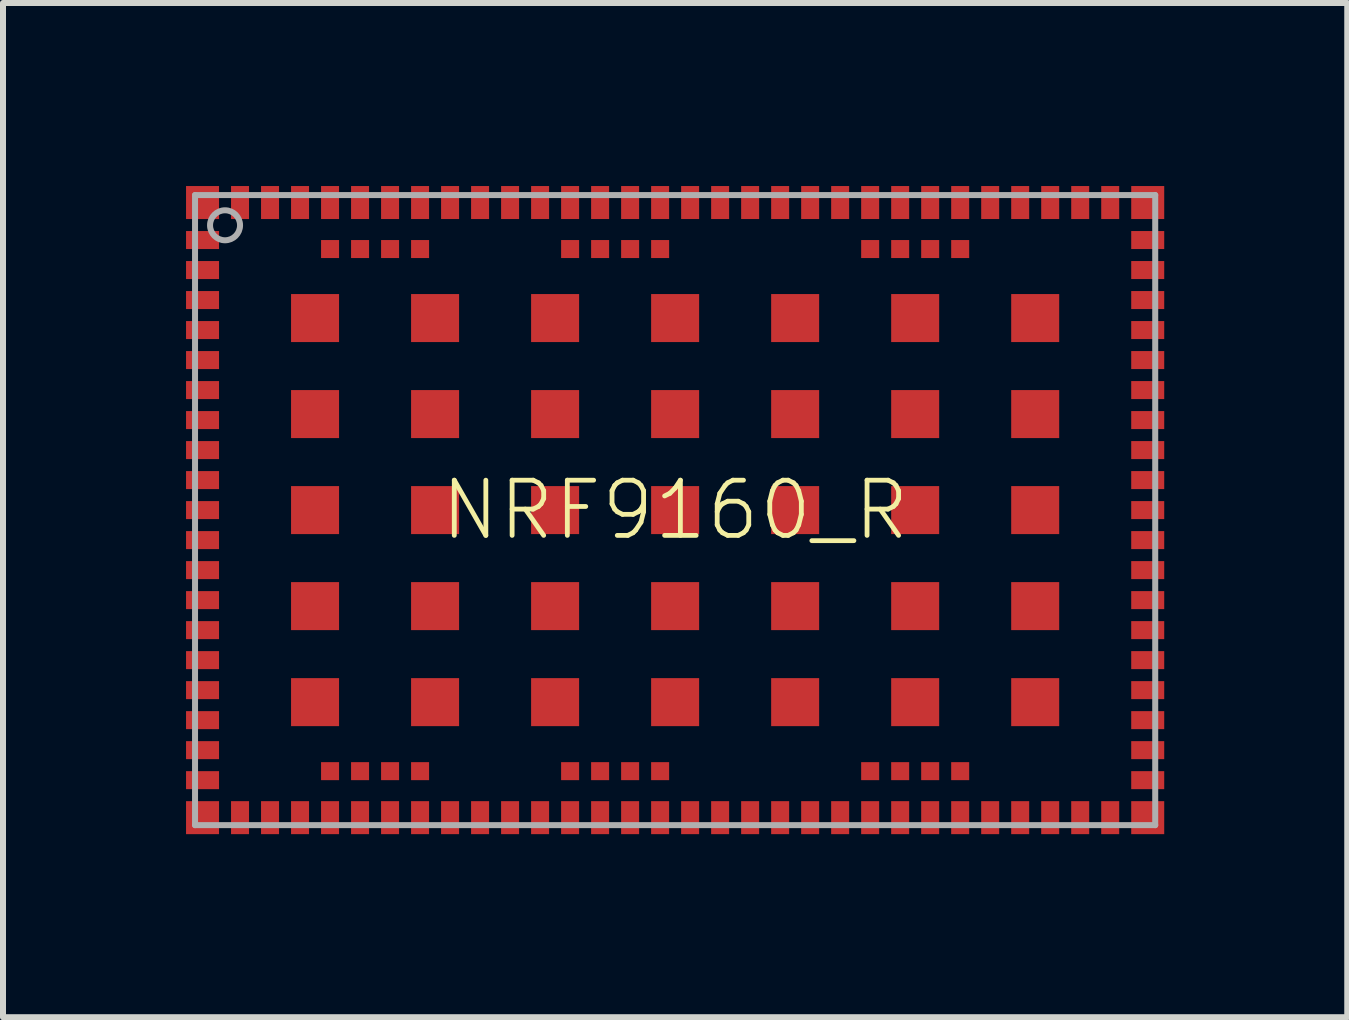
<source format=kicad_pcb>
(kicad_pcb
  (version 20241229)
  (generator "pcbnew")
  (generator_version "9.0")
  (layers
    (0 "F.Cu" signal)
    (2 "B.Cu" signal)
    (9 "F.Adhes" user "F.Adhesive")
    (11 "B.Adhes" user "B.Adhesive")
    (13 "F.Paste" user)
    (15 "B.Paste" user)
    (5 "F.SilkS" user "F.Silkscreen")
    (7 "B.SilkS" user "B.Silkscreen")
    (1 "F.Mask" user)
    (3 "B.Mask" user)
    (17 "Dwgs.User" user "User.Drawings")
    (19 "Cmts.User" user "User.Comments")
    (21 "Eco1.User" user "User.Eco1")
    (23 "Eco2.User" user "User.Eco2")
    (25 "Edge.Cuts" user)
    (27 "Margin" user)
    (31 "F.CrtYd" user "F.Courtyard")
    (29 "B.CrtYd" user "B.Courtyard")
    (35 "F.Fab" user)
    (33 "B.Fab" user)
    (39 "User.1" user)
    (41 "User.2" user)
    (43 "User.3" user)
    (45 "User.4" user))
  (footprint "NRF9160_R"
    (layer "F.Cu")
    (at 8.2 5.45)
    (property "Reference" "NRF9160_R" (at 0 0 0) (unlocked yes) (layer "F.SilkS") (effects (font (size 0.92 0.92) (thickness 0.08))))
    (fp_poly (pts (xy -8.2 -4.8) (xy -7.55 -4.8) (xy -7.55 -5.45) (xy -8.2 -5.45)) (stroke (width 0) (type default)) (fill yes) (layer "F.Mask"))
    (fp_poly (pts (xy -8.2 -4.3) (xy -7.55 -4.3) (xy -7.55 -4.7) (xy -8.2 -4.7)) (stroke (width 0) (type default)) (fill yes) (layer "F.Mask"))
    (fp_poly (pts (xy -8.2 -3.8) (xy -7.55 -3.8) (xy -7.55 -4.2) (xy -8.2 -4.2)) (stroke (width 0) (type default)) (fill yes) (layer "F.Mask"))
    (fp_poly (pts (xy -8.2 -3.3) (xy -7.55 -3.3) (xy -7.55 -3.7) (xy -8.2 -3.7)) (stroke (width 0) (type default)) (fill yes) (layer "F.Mask"))
    (fp_poly (pts (xy -8.2 -2.8) (xy -7.55 -2.8) (xy -7.55 -3.2) (xy -8.2 -3.2)) (stroke (width 0) (type default)) (fill yes) (layer "F.Mask"))
    (fp_poly (pts (xy -8.2 -2.3) (xy -7.55 -2.3) (xy -7.55 -2.7) (xy -8.2 -2.7)) (stroke (width 0) (type default)) (fill yes) (layer "F.Mask"))
    (fp_poly (pts (xy -8.2 -1.8) (xy -7.55 -1.8) (xy -7.55 -2.2) (xy -8.2 -2.2)) (stroke (width 0) (type default)) (fill yes) (layer "F.Mask"))
    (fp_poly (pts (xy -8.2 -1.3) (xy -7.55 -1.3) (xy -7.55 -1.7) (xy -8.2 -1.7)) (stroke (width 0) (type default)) (fill yes) (layer "F.Mask"))
    (fp_poly (pts (xy -8.2 -0.8) (xy -7.55 -0.8) (xy -7.55 -1.2) (xy -8.2 -1.2)) (stroke (width 0) (type default)) (fill yes) (layer "F.Mask"))
    (fp_poly (pts (xy -8.2 -0.3) (xy -7.55 -0.3) (xy -7.55 -0.7) (xy -8.2 -0.7)) (stroke (width 0) (type default)) (fill yes) (layer "F.Mask"))
    (fp_poly (pts (xy -8.2 0.2) (xy -7.55 0.2) (xy -7.55 -0.2) (xy -8.2 -0.2)) (stroke (width 0) (type default)) (fill yes) (layer "F.Mask"))
    (fp_poly (pts (xy -8.2 0.7) (xy -7.55 0.7) (xy -7.55 0.3) (xy -8.2 0.3)) (stroke (width 0) (type default)) (fill yes) (layer "F.Mask"))
    (fp_poly (pts (xy -8.2 1.2) (xy -7.55 1.2) (xy -7.55 0.8) (xy -8.2 0.8)) (stroke (width 0) (type default)) (fill yes) (layer "F.Mask"))
    (fp_poly (pts (xy -8.2 1.7) (xy -7.55 1.7) (xy -7.55 1.3) (xy -8.2 1.3)) (stroke (width 0) (type default)) (fill yes) (layer "F.Mask"))
    (fp_poly (pts (xy -8.2 2.2) (xy -7.55 2.2) (xy -7.55 1.8) (xy -8.2 1.8)) (stroke (width 0) (type default)) (fill yes) (layer "F.Mask"))
    (fp_poly (pts (xy -8.2 2.7) (xy -7.55 2.7) (xy -7.55 2.3) (xy -8.2 2.3)) (stroke (width 0) (type default)) (fill yes) (layer "F.Mask"))
    (fp_poly (pts (xy -8.2 3.2) (xy -7.55 3.2) (xy -7.55 2.8) (xy -8.2 2.8)) (stroke (width 0) (type default)) (fill yes) (layer "F.Mask"))
    (fp_poly (pts (xy -8.2 3.7) (xy -7.55 3.7) (xy -7.55 3.3) (xy -8.2 3.3)) (stroke (width 0) (type default)) (fill yes) (layer "F.Mask"))
    (fp_poly (pts (xy -8.2 4.2) (xy -7.55 4.2) (xy -7.55 3.8) (xy -8.2 3.8)) (stroke (width 0) (type default)) (fill yes) (layer "F.Mask"))
    (fp_poly (pts (xy -8.2 4.7) (xy -7.55 4.7) (xy -7.55 4.3) (xy -8.2 4.3)) (stroke (width 0) (type default)) (fill yes) (layer "F.Mask"))
    (fp_poly (pts (xy -8.2 5.45) (xy -7.55 5.45) (xy -7.55 4.8) (xy -8.2 4.8)) (stroke (width 0) (type default)) (fill yes) (layer "F.Mask"))
    (fp_poly (pts (xy -7.45 -4.8) (xy -7.05 -4.8) (xy -7.05 -5.45) (xy -7.45 -5.45)) (stroke (width 0) (type default)) (fill yes) (layer "F.Mask"))
    (fp_poly (pts (xy -7.45 5.45) (xy -7.05 5.45) (xy -7.05 4.8) (xy -7.45 4.8)) (stroke (width 0) (type default)) (fill yes) (layer "F.Mask"))
    (fp_poly (pts (xy -6.95 -4.8) (xy -6.55 -4.8) (xy -6.55 -5.45) (xy -6.95 -5.45)) (stroke (width 0) (type default)) (fill yes) (layer "F.Mask"))
    (fp_poly (pts (xy -6.95 5.45) (xy -6.55 5.45) (xy -6.55 4.8) (xy -6.95 4.8)) (stroke (width 0) (type default)) (fill yes) (layer "F.Mask"))
    (fp_poly (pts (xy -6.45 -4.8) (xy -6.05 -4.8) (xy -6.05 -5.45) (xy -6.45 -5.45)) (stroke (width 0) (type default)) (fill yes) (layer "F.Mask"))
    (fp_poly (pts (xy -6.45 5.45) (xy -6.05 5.45) (xy -6.05 4.8) (xy -6.45 4.8)) (stroke (width 0) (type default)) (fill yes) (layer "F.Mask"))
    (fp_poly (pts (xy -5.95 -4.8) (xy -5.55 -4.8) (xy -5.55 -5.45) (xy -5.95 -5.45)) (stroke (width 0) (type default)) (fill yes) (layer "F.Mask"))
    (fp_poly (pts (xy -5.95 -4.15) (xy -5.55 -4.15) (xy -5.55 -4.55) (xy -5.95 -4.55)) (stroke (width 0) (type default)) (fill yes) (layer "F.Mask"))
    (fp_poly (pts (xy -5.95 4.55) (xy -5.55 4.55) (xy -5.55 4.15) (xy -5.95 4.15)) (stroke (width 0) (type default)) (fill yes) (layer "F.Mask"))
    (fp_poly (pts (xy -5.95 5.45) (xy -5.55 5.45) (xy -5.55 4.8) (xy -5.95 4.8)) (stroke (width 0) (type default)) (fill yes) (layer "F.Mask"))
    (fp_poly (pts (xy -5.45 -4.8) (xy -5.05 -4.8) (xy -5.05 -5.45) (xy -5.45 -5.45)) (stroke (width 0) (type default)) (fill yes) (layer "F.Mask"))
    (fp_poly (pts (xy -5.45 -4.15) (xy -5.05 -4.15) (xy -5.05 -4.55) (xy -5.45 -4.55)) (stroke (width 0) (type default)) (fill yes) (layer "F.Mask"))
    (fp_poly (pts (xy -5.45 4.55) (xy -5.05 4.55) (xy -5.05 4.15) (xy -5.45 4.15)) (stroke (width 0) (type default)) (fill yes) (layer "F.Mask"))
    (fp_poly (pts (xy -5.45 5.45) (xy -5.05 5.45) (xy -5.05 4.8) (xy -5.45 4.8)) (stroke (width 0) (type default)) (fill yes) (layer "F.Mask"))
    (fp_poly (pts (xy -4.95 -4.8) (xy -4.55 -4.8) (xy -4.55 -5.45) (xy -4.95 -5.45)) (stroke (width 0) (type default)) (fill yes) (layer "F.Mask"))
    (fp_poly (pts (xy -4.95 -4.15) (xy -4.55 -4.15) (xy -4.55 -4.55) (xy -4.95 -4.55)) (stroke (width 0) (type default)) (fill yes) (layer "F.Mask"))
    (fp_poly (pts (xy -4.95 4.55) (xy -4.55 4.55) (xy -4.55 4.15) (xy -4.95 4.15)) (stroke (width 0) (type default)) (fill yes) (layer "F.Mask"))
    (fp_poly (pts (xy -4.95 5.45) (xy -4.55 5.45) (xy -4.55 4.8) (xy -4.95 4.8)) (stroke (width 0) (type default)) (fill yes) (layer "F.Mask"))
    (fp_poly (pts (xy -4.45 -4.8) (xy -4.05 -4.8) (xy -4.05 -5.45) (xy -4.45 -5.45)) (stroke (width 0) (type default)) (fill yes) (layer "F.Mask"))
    (fp_poly (pts (xy -4.45 -4.15) (xy -4.05 -4.15) (xy -4.05 -4.55) (xy -4.45 -4.55)) (stroke (width 0) (type default)) (fill yes) (layer "F.Mask"))
    (fp_poly (pts (xy -4.45 4.55) (xy -4.05 4.55) (xy -4.05 4.15) (xy -4.45 4.15)) (stroke (width 0) (type default)) (fill yes) (layer "F.Mask"))
    (fp_poly (pts (xy -4.45 5.45) (xy -4.05 5.45) (xy -4.05 4.8) (xy -4.45 4.8)) (stroke (width 0) (type default)) (fill yes) (layer "F.Mask"))
    (fp_poly (pts (xy -3.95 -4.8) (xy -3.55 -4.8) (xy -3.55 -5.45) (xy -3.95 -5.45)) (stroke (width 0) (type default)) (fill yes) (layer "F.Mask"))
    (fp_poly (pts (xy -3.95 5.45) (xy -3.55 5.45) (xy -3.55 4.8) (xy -3.95 4.8)) (stroke (width 0) (type default)) (fill yes) (layer "F.Mask"))
    (fp_poly (pts (xy -3.45 -4.8) (xy -3.05 -4.8) (xy -3.05 -5.45) (xy -3.45 -5.45)) (stroke (width 0) (type default)) (fill yes) (layer "F.Mask"))
    (fp_poly (pts (xy -3.45 5.45) (xy -3.05 5.45) (xy -3.05 4.8) (xy -3.45 4.8)) (stroke (width 0) (type default)) (fill yes) (layer "F.Mask"))
    (fp_poly (pts (xy -2.95 -4.8) (xy -2.55 -4.8) (xy -2.55 -5.45) (xy -2.95 -5.45)) (stroke (width 0) (type default)) (fill yes) (layer "F.Mask"))
    (fp_poly (pts (xy -2.95 5.45) (xy -2.55 5.45) (xy -2.55 4.8) (xy -2.95 4.8)) (stroke (width 0) (type default)) (fill yes) (layer "F.Mask"))
    (fp_poly (pts (xy -2.45 -4.8) (xy -2.05 -4.8) (xy -2.05 -5.45) (xy -2.45 -5.45)) (stroke (width 0) (type default)) (fill yes) (layer "F.Mask"))
    (fp_poly (pts (xy -2.45 5.45) (xy -2.05 5.45) (xy -2.05 4.8) (xy -2.45 4.8)) (stroke (width 0) (type default)) (fill yes) (layer "F.Mask"))
    (fp_poly (pts (xy -1.95 -4.8) (xy -1.55 -4.8) (xy -1.55 -5.45) (xy -1.95 -5.45)) (stroke (width 0) (type default)) (fill yes) (layer "F.Mask"))
    (fp_poly (pts (xy -1.95 -4.15) (xy -1.55 -4.15) (xy -1.55 -4.55) (xy -1.95 -4.55)) (stroke (width 0) (type default)) (fill yes) (layer "F.Mask"))
    (fp_poly (pts (xy -1.95 4.55) (xy -1.55 4.55) (xy -1.55 4.15) (xy -1.95 4.15)) (stroke (width 0) (type default)) (fill yes) (layer "F.Mask"))
    (fp_poly (pts (xy -1.95 5.45) (xy -1.55 5.45) (xy -1.55 4.8) (xy -1.95 4.8)) (stroke (width 0) (type default)) (fill yes) (layer "F.Mask"))
    (fp_poly (pts (xy -1.45 -4.8) (xy -1.05 -4.8) (xy -1.05 -5.45) (xy -1.45 -5.45)) (stroke (width 0) (type default)) (fill yes) (layer "F.Mask"))
    (fp_poly (pts (xy -1.45 -4.15) (xy -1.05 -4.15) (xy -1.05 -4.55) (xy -1.45 -4.55)) (stroke (width 0) (type default)) (fill yes) (layer "F.Mask"))
    (fp_poly (pts (xy -1.45 4.55) (xy -1.05 4.55) (xy -1.05 4.15) (xy -1.45 4.15)) (stroke (width 0) (type default)) (fill yes) (layer "F.Mask"))
    (fp_poly (pts (xy -1.45 5.45) (xy -1.05 5.45) (xy -1.05 4.8) (xy -1.45 4.8)) (stroke (width 0) (type default)) (fill yes) (layer "F.Mask"))
    (fp_poly (pts (xy -0.95 -4.8) (xy -0.55 -4.8) (xy -0.55 -5.45) (xy -0.95 -5.45)) (stroke (width 0) (type default)) (fill yes) (layer "F.Mask"))
    (fp_poly (pts (xy -0.95 -4.15) (xy -0.55 -4.15) (xy -0.55 -4.55) (xy -0.95 -4.55)) (stroke (width 0) (type default)) (fill yes) (layer "F.Mask"))
    (fp_poly (pts (xy -0.95 4.55) (xy -0.55 4.55) (xy -0.55 4.15) (xy -0.95 4.15)) (stroke (width 0) (type default)) (fill yes) (layer "F.Mask"))
    (fp_poly (pts (xy -0.95 5.45) (xy -0.55 5.45) (xy -0.55 4.8) (xy -0.95 4.8)) (stroke (width 0) (type default)) (fill yes) (layer "F.Mask"))
    (fp_poly (pts (xy -0.45 -4.8) (xy -0.05 -4.8) (xy -0.05 -5.45) (xy -0.45 -5.45)) (stroke (width 0) (type default)) (fill yes) (layer "F.Mask"))
    (fp_poly (pts (xy -0.45 -4.15) (xy -0.05 -4.15) (xy -0.05 -4.55) (xy -0.45 -4.55)) (stroke (width 0) (type default)) (fill yes) (layer "F.Mask"))
    (fp_poly (pts (xy -0.45 4.55) (xy -0.05 4.55) (xy -0.05 4.15) (xy -0.45 4.15)) (stroke (width 0) (type default)) (fill yes) (layer "F.Mask"))
    (fp_poly (pts (xy -0.45 5.45) (xy -0.05 5.45) (xy -0.05 4.8) (xy -0.45 4.8)) (stroke (width 0) (type default)) (fill yes) (layer "F.Mask"))
    (fp_poly (pts (xy 0.05 -4.8) (xy 0.45 -4.8) (xy 0.45 -5.45) (xy 0.05 -5.45)) (stroke (width 0) (type default)) (fill yes) (layer "F.Mask"))
    (fp_poly (pts (xy 0.05 5.45) (xy 0.45 5.45) (xy 0.45 4.8) (xy 0.05 4.8)) (stroke (width 0) (type default)) (fill yes) (layer "F.Mask"))
    (fp_poly (pts (xy 0.55 -4.8) (xy 0.95 -4.8) (xy 0.95 -5.45) (xy 0.55 -5.45)) (stroke (width 0) (type default)) (fill yes) (layer "F.Mask"))
    (fp_poly (pts (xy 0.55 5.45) (xy 0.95 5.45) (xy 0.95 4.8) (xy 0.55 4.8)) (stroke (width 0) (type default)) (fill yes) (layer "F.Mask"))
    (fp_poly (pts (xy 1.05 -4.8) (xy 1.45 -4.8) (xy 1.45 -5.45) (xy 1.05 -5.45)) (stroke (width 0) (type default)) (fill yes) (layer "F.Mask"))
    (fp_poly (pts (xy 1.05 5.45) (xy 1.45 5.45) (xy 1.45 4.8) (xy 1.05 4.8)) (stroke (width 0) (type default)) (fill yes) (layer "F.Mask"))
    (fp_poly (pts (xy 1.55 -4.8) (xy 1.95 -4.8) (xy 1.95 -5.45) (xy 1.55 -5.45)) (stroke (width 0) (type default)) (fill yes) (layer "F.Mask"))
    (fp_poly (pts (xy 1.55 5.45) (xy 1.95 5.45) (xy 1.95 4.8) (xy 1.55 4.8)) (stroke (width 0) (type default)) (fill yes) (layer "F.Mask"))
    (fp_poly (pts (xy 2.05 -4.8) (xy 2.45 -4.8) (xy 2.45 -5.45) (xy 2.05 -5.45)) (stroke (width 0) (type default)) (fill yes) (layer "F.Mask"))
    (fp_poly (pts (xy 2.05 5.45) (xy 2.45 5.45) (xy 2.45 4.8) (xy 2.05 4.8)) (stroke (width 0) (type default)) (fill yes) (layer "F.Mask"))
    (fp_poly (pts (xy 2.55 -4.8) (xy 2.95 -4.8) (xy 2.95 -5.45) (xy 2.55 -5.45)) (stroke (width 0) (type default)) (fill yes) (layer "F.Mask"))
    (fp_poly (pts (xy 2.55 5.45) (xy 2.95 5.45) (xy 2.95 4.8) (xy 2.55 4.8)) (stroke (width 0) (type default)) (fill yes) (layer "F.Mask"))
    (fp_poly (pts (xy 3.05 -4.8) (xy 3.45 -4.8) (xy 3.45 -5.45) (xy 3.05 -5.45)) (stroke (width 0) (type default)) (fill yes) (layer "F.Mask"))
    (fp_poly (pts (xy 3.05 -4.15) (xy 3.45 -4.15) (xy 3.45 -4.55) (xy 3.05 -4.55)) (stroke (width 0) (type default)) (fill yes) (layer "F.Mask"))
    (fp_poly (pts (xy 3.05 4.55) (xy 3.45 4.55) (xy 3.45 4.15) (xy 3.05 4.15)) (stroke (width 0) (type default)) (fill yes) (layer "F.Mask"))
    (fp_poly (pts (xy 3.05 5.45) (xy 3.45 5.45) (xy 3.45 4.8) (xy 3.05 4.8)) (stroke (width 0) (type default)) (fill yes) (layer "F.Mask"))
    (fp_poly (pts (xy 3.55 -4.8) (xy 3.95 -4.8) (xy 3.95 -5.45) (xy 3.55 -5.45)) (stroke (width 0) (type default)) (fill yes) (layer "F.Mask"))
    (fp_poly (pts (xy 3.55 -4.15) (xy 3.95 -4.15) (xy 3.95 -4.55) (xy 3.55 -4.55)) (stroke (width 0) (type default)) (fill yes) (layer "F.Mask"))
    (fp_poly (pts (xy 3.55 4.55) (xy 3.95 4.55) (xy 3.95 4.15) (xy 3.55 4.15)) (stroke (width 0) (type default)) (fill yes) (layer "F.Mask"))
    (fp_poly (pts (xy 3.55 5.45) (xy 3.95 5.45) (xy 3.95 4.8) (xy 3.55 4.8)) (stroke (width 0) (type default)) (fill yes) (layer "F.Mask"))
    (fp_poly (pts (xy 4.05 -4.8) (xy 4.45 -4.8) (xy 4.45 -5.45) (xy 4.05 -5.45)) (stroke (width 0) (type default)) (fill yes) (layer "F.Mask"))
    (fp_poly (pts (xy 4.05 -4.15) (xy 4.45 -4.15) (xy 4.45 -4.55) (xy 4.05 -4.55)) (stroke (width 0) (type default)) (fill yes) (layer "F.Mask"))
    (fp_poly (pts (xy 4.05 4.55) (xy 4.45 4.55) (xy 4.45 4.15) (xy 4.05 4.15)) (stroke (width 0) (type default)) (fill yes) (layer "F.Mask"))
    (fp_poly (pts (xy 4.05 5.45) (xy 4.45 5.45) (xy 4.45 4.8) (xy 4.05 4.8)) (stroke (width 0) (type default)) (fill yes) (layer "F.Mask"))
    (fp_poly (pts (xy 4.55 -4.8) (xy 4.95 -4.8) (xy 4.95 -5.45) (xy 4.55 -5.45)) (stroke (width 0) (type default)) (fill yes) (layer "F.Mask"))
    (fp_poly (pts (xy 4.55 -4.15) (xy 4.95 -4.15) (xy 4.95 -4.55) (xy 4.55 -4.55)) (stroke (width 0) (type default)) (fill yes) (layer "F.Mask"))
    (fp_poly (pts (xy 4.55 4.55) (xy 4.95 4.55) (xy 4.95 4.15) (xy 4.55 4.15)) (stroke (width 0) (type default)) (fill yes) (layer "F.Mask"))
    (fp_poly (pts (xy 4.55 5.45) (xy 4.95 5.45) (xy 4.95 4.8) (xy 4.55 4.8)) (stroke (width 0) (type default)) (fill yes) (layer "F.Mask"))
    (fp_poly (pts (xy 5.05 -4.8) (xy 5.45 -4.8) (xy 5.45 -5.45) (xy 5.05 -5.45)) (stroke (width 0) (type default)) (fill yes) (layer "F.Mask"))
    (fp_poly (pts (xy 5.05 5.45) (xy 5.45 5.45) (xy 5.45 4.8) (xy 5.05 4.8)) (stroke (width 0) (type default)) (fill yes) (layer "F.Mask"))
    (fp_poly (pts (xy 5.55 -4.8) (xy 5.95 -4.8) (xy 5.95 -5.45) (xy 5.55 -5.45)) (stroke (width 0) (type default)) (fill yes) (layer "F.Mask"))
    (fp_poly (pts (xy 5.55 5.45) (xy 5.95 5.45) (xy 5.95 4.8) (xy 5.55 4.8)) (stroke (width 0) (type default)) (fill yes) (layer "F.Mask"))
    (fp_poly (pts (xy 6.05 -4.8) (xy 6.45 -4.8) (xy 6.45 -5.45) (xy 6.05 -5.45)) (stroke (width 0) (type default)) (fill yes) (layer "F.Mask"))
    (fp_poly (pts (xy 6.05 5.45) (xy 6.45 5.45) (xy 6.45 4.8) (xy 6.05 4.8)) (stroke (width 0) (type default)) (fill yes) (layer "F.Mask"))
    (fp_poly (pts (xy 6.55 -4.8) (xy 6.95 -4.8) (xy 6.95 -5.45) (xy 6.55 -5.45)) (stroke (width 0) (type default)) (fill yes) (layer "F.Mask"))
    (fp_poly (pts (xy 6.55 5.45) (xy 6.95 5.45) (xy 6.95 4.8) (xy 6.55 4.8)) (stroke (width 0) (type default)) (fill yes) (layer "F.Mask"))
    (fp_poly (pts (xy 7.05 -4.8) (xy 7.45 -4.8) (xy 7.45 -5.45) (xy 7.05 -5.45)) (stroke (width 0) (type default)) (fill yes) (layer "F.Mask"))
    (fp_poly (pts (xy 7.05 5.45) (xy 7.45 5.45) (xy 7.45 4.8) (xy 7.05 4.8)) (stroke (width 0) (type default)) (fill yes) (layer "F.Mask"))
    (fp_poly (pts (xy 7.55 -4.8) (xy 8.2 -4.8) (xy 8.2 -5.45) (xy 7.55 -5.45)) (stroke (width 0) (type default)) (fill yes) (layer "F.Mask"))
    (fp_poly (pts (xy 7.55 -4.3) (xy 8.2 -4.3) (xy 8.2 -4.7) (xy 7.55 -4.7)) (stroke (width 0) (type default)) (fill yes) (layer "F.Mask"))
    (fp_poly (pts (xy 7.55 -3.8) (xy 8.2 -3.8) (xy 8.2 -4.2) (xy 7.55 -4.2)) (stroke (width 0) (type default)) (fill yes) (layer "F.Mask"))
    (fp_poly (pts (xy 7.55 -3.3) (xy 8.2 -3.3) (xy 8.2 -3.7) (xy 7.55 -3.7)) (stroke (width 0) (type default)) (fill yes) (layer "F.Mask"))
    (fp_poly (pts (xy 7.55 -2.8) (xy 8.2 -2.8) (xy 8.2 -3.2) (xy 7.55 -3.2)) (stroke (width 0) (type default)) (fill yes) (layer "F.Mask"))
    (fp_poly (pts (xy 7.55 -2.3) (xy 8.2 -2.3) (xy 8.2 -2.7) (xy 7.55 -2.7)) (stroke (width 0) (type default)) (fill yes) (layer "F.Mask"))
    (fp_poly (pts (xy 7.55 -1.8) (xy 8.2 -1.8) (xy 8.2 -2.2) (xy 7.55 -2.2)) (stroke (width 0) (type default)) (fill yes) (layer "F.Mask"))
    (fp_poly (pts (xy 7.55 -1.3) (xy 8.2 -1.3) (xy 8.2 -1.7) (xy 7.55 -1.7)) (stroke (width 0) (type default)) (fill yes) (layer "F.Mask"))
    (fp_poly (pts (xy 7.55 -0.8) (xy 8.2 -0.8) (xy 8.2 -1.2) (xy 7.55 -1.2)) (stroke (width 0) (type default)) (fill yes) (layer "F.Mask"))
    (fp_poly (pts (xy 7.55 -0.3) (xy 8.2 -0.3) (xy 8.2 -0.7) (xy 7.55 -0.7)) (stroke (width 0) (type default)) (fill yes) (layer "F.Mask"))
    (fp_poly (pts (xy 7.55 0.2) (xy 8.2 0.2) (xy 8.2 -0.2) (xy 7.55 -0.2)) (stroke (width 0) (type default)) (fill yes) (layer "F.Mask"))
    (fp_poly (pts (xy 7.55 0.7) (xy 8.2 0.7) (xy 8.2 0.3) (xy 7.55 0.3)) (stroke (width 0) (type default)) (fill yes) (layer "F.Mask"))
    (fp_poly (pts (xy 7.55 1.2) (xy 8.2 1.2) (xy 8.2 0.8) (xy 7.55 0.8)) (stroke (width 0) (type default)) (fill yes) (layer "F.Mask"))
    (fp_poly (pts (xy 7.55 1.7) (xy 8.2 1.7) (xy 8.2 1.3) (xy 7.55 1.3)) (stroke (width 0) (type default)) (fill yes) (layer "F.Mask"))
    (fp_poly (pts (xy 7.55 2.2) (xy 8.2 2.2) (xy 8.2 1.8) (xy 7.55 1.8)) (stroke (width 0) (type default)) (fill yes) (layer "F.Mask"))
    (fp_poly (pts (xy 7.55 2.7) (xy 8.2 2.7) (xy 8.2 2.3) (xy 7.55 2.3)) (stroke (width 0) (type default)) (fill yes) (layer "F.Mask"))
    (fp_poly (pts (xy 7.55 3.2) (xy 8.2 3.2) (xy 8.2 2.8) (xy 7.55 2.8)) (stroke (width 0) (type default)) (fill yes) (layer "F.Mask"))
    (fp_poly (pts (xy 7.55 3.7) (xy 8.2 3.7) (xy 8.2 3.3) (xy 7.55 3.3)) (stroke (width 0) (type default)) (fill yes) (layer "F.Mask"))
    (fp_poly (pts (xy 7.55 4.2) (xy 8.2 4.2) (xy 8.2 3.8) (xy 7.55 3.8)) (stroke (width 0) (type default)) (fill yes) (layer "F.Mask"))
    (fp_poly (pts (xy 7.55 4.7) (xy 8.2 4.7) (xy 8.2 4.3) (xy 7.55 4.3)) (stroke (width 0) (type default)) (fill yes) (layer "F.Mask"))
    (fp_poly (pts (xy 7.55 5.45) (xy 8.2 5.45) (xy 8.2 4.8) (xy 7.55 4.8)) (stroke (width 0) (type default)) (fill yes) (layer "F.Mask"))
    (fp_poly (pts (xy -7.625 -4.875) (xy -8.125 -4.875) (xy -8.125 -5.375) (xy -7.625 -5.375)) (stroke (width 0) (type default)) (fill yes) (layer "F.Paste"))
    (fp_poly (pts (xy -7.625 5.375) (xy -8.125 5.375) (xy -8.125 4.875) (xy -7.625 4.875)) (stroke (width 0) (type default)) (fill yes) (layer "F.Paste"))
    (fp_poly (pts (xy -7.6 -4.375) (xy -8.15 -4.375) (xy -8.15 -4.625) (xy -7.6 -4.625)) (stroke (width 0) (type default)) (fill yes) (layer "F.Paste"))
    (fp_poly (pts (xy -7.6 -3.875) (xy -8.15 -3.875) (xy -8.15 -4.125) (xy -7.6 -4.125)) (stroke (width 0) (type default)) (fill yes) (layer "F.Paste"))
    (fp_poly (pts (xy -7.6 -3.375) (xy -8.15 -3.375) (xy -8.15 -3.625) (xy -7.6 -3.625)) (stroke (width 0) (type default)) (fill yes) (layer "F.Paste"))
    (fp_poly (pts (xy -7.6 -2.875) (xy -8.15 -2.875) (xy -8.15 -3.125) (xy -7.6 -3.125)) (stroke (width 0) (type default)) (fill yes) (layer "F.Paste"))
    (fp_poly (pts (xy -7.6 -2.375) (xy -8.15 -2.375) (xy -8.15 -2.625) (xy -7.6 -2.625)) (stroke (width 0) (type default)) (fill yes) (layer "F.Paste"))
    (fp_poly (pts (xy -7.6 -1.875) (xy -8.15 -1.875) (xy -8.15 -2.125) (xy -7.6 -2.125)) (stroke (width 0) (type default)) (fill yes) (layer "F.Paste"))
    (fp_poly (pts (xy -7.6 -1.375) (xy -8.15 -1.375) (xy -8.15 -1.625) (xy -7.6 -1.625)) (stroke (width 0) (type default)) (fill yes) (layer "F.Paste"))
    (fp_poly (pts (xy -7.6 -0.875) (xy -8.15 -0.875) (xy -8.15 -1.125) (xy -7.6 -1.125)) (stroke (width 0) (type default)) (fill yes) (layer "F.Paste"))
    (fp_poly (pts (xy -7.6 -0.375) (xy -8.15 -0.375) (xy -8.15 -0.625) (xy -7.6 -0.625)) (stroke (width 0) (type default)) (fill yes) (layer "F.Paste"))
    (fp_poly (pts (xy -7.6 0.125) (xy -8.15 0.125) (xy -8.15 -0.125) (xy -7.6 -0.125)) (stroke (width 0) (type default)) (fill yes) (layer "F.Paste"))
    (fp_poly (pts (xy -7.6 0.625) (xy -8.15 0.625) (xy -8.15 0.375) (xy -7.6 0.375)) (stroke (width 0) (type default)) (fill yes) (layer "F.Paste"))
    (fp_poly (pts (xy -7.6 1.125) (xy -8.15 1.125) (xy -8.15 0.875) (xy -7.6 0.875)) (stroke (width 0) (type default)) (fill yes) (layer "F.Paste"))
    (fp_poly (pts (xy -7.6 1.625) (xy -8.15 1.625) (xy -8.15 1.375) (xy -7.6 1.375)) (stroke (width 0) (type default)) (fill yes) (layer "F.Paste"))
    (fp_poly (pts (xy -7.6 2.125) (xy -8.15 2.125) (xy -8.15 1.875) (xy -7.6 1.875)) (stroke (width 0) (type default)) (fill yes) (layer "F.Paste"))
    (fp_poly (pts (xy -7.6 2.625) (xy -8.15 2.625) (xy -8.15 2.375) (xy -7.6 2.375)) (stroke (width 0) (type default)) (fill yes) (layer "F.Paste"))
    (fp_poly (pts (xy -7.6 3.125) (xy -8.15 3.125) (xy -8.15 2.875) (xy -7.6 2.875)) (stroke (width 0) (type default)) (fill yes) (layer "F.Paste"))
    (fp_poly (pts (xy -7.6 3.625) (xy -8.15 3.625) (xy -8.15 3.375) (xy -7.6 3.375)) (stroke (width 0) (type default)) (fill yes) (layer "F.Paste"))
    (fp_poly (pts (xy -7.6 4.125) (xy -8.15 4.125) (xy -8.15 3.875) (xy -7.6 3.875)) (stroke (width 0) (type default)) (fill yes) (layer "F.Paste"))
    (fp_poly (pts (xy -7.6 4.625) (xy -8.15 4.625) (xy -8.15 4.375) (xy -7.6 4.375)) (stroke (width 0) (type default)) (fill yes) (layer "F.Paste"))
    (fp_poly (pts (xy -7.125 -4.85) (xy -7.375 -4.85) (xy -7.375 -5.4) (xy -7.125 -5.4)) (stroke (width 0) (type default)) (fill yes) (layer "F.Paste"))
    (fp_poly (pts (xy -7.125 5.4) (xy -7.375 5.4) (xy -7.375 4.85) (xy -7.125 4.85)) (stroke (width 0) (type default)) (fill yes) (layer "F.Paste"))
    (fp_poly (pts (xy -6.625 -4.85) (xy -6.875 -4.85) (xy -6.875 -5.4) (xy -6.625 -5.4)) (stroke (width 0) (type default)) (fill yes) (layer "F.Paste"))
    (fp_poly (pts (xy -6.625 5.4) (xy -6.875 5.4) (xy -6.875 4.85) (xy -6.625 4.85)) (stroke (width 0) (type default)) (fill yes) (layer "F.Paste"))
    (fp_poly (pts (xy -6.125 -4.85) (xy -6.375 -4.85) (xy -6.375 -5.4) (xy -6.125 -5.4)) (stroke (width 0) (type default)) (fill yes) (layer "F.Paste"))
    (fp_poly (pts (xy -6.125 5.4) (xy -6.375 5.4) (xy -6.375 4.85) (xy -6.125 4.85)) (stroke (width 0) (type default)) (fill yes) (layer "F.Paste"))
    (fp_poly (pts (xy -6.025 -3.225) (xy -6.35 -3.225) (xy -6.35 -3.55) (xy -6.025 -3.55)) (stroke (width 0) (type default)) (fill yes) (layer "F.Paste"))
    (fp_poly (pts (xy -6.025 -2.85) (xy -6.35 -2.85) (xy -6.35 -3.175) (xy -6.025 -3.175)) (stroke (width 0) (type default)) (fill yes) (layer "F.Paste"))
    (fp_poly (pts (xy -6.025 -1.625) (xy -6.35 -1.625) (xy -6.35 -1.95) (xy -6.025 -1.95)) (stroke (width 0) (type default)) (fill yes) (layer "F.Paste"))
    (fp_poly (pts (xy -6.025 -1.25) (xy -6.35 -1.25) (xy -6.35 -1.575) (xy -6.025 -1.575)) (stroke (width 0) (type default)) (fill yes) (layer "F.Paste"))
    (fp_poly (pts (xy -6.025 -0.025) (xy -6.35 -0.025) (xy -6.35 -0.35) (xy -6.025 -0.35)) (stroke (width 0) (type default)) (fill yes) (layer "F.Paste"))
    (fp_poly (pts (xy -6.025 0.35) (xy -6.35 0.35) (xy -6.35 0.025) (xy -6.025 0.025)) (stroke (width 0) (type default)) (fill yes) (layer "F.Paste"))
    (fp_poly (pts (xy -6.025 1.575) (xy -6.35 1.575) (xy -6.35 1.25) (xy -6.025 1.25)) (stroke (width 0) (type default)) (fill yes) (layer "F.Paste"))
    (fp_poly (pts (xy -6.025 1.95) (xy -6.35 1.95) (xy -6.35 1.625) (xy -6.025 1.625)) (stroke (width 0) (type default)) (fill yes) (layer "F.Paste"))
    (fp_poly (pts (xy -6.025 3.175) (xy -6.35 3.175) (xy -6.35 2.85) (xy -6.025 2.85)) (stroke (width 0) (type default)) (fill yes) (layer "F.Paste"))
    (fp_poly (pts (xy -6.025 3.55) (xy -6.35 3.55) (xy -6.35 3.225) (xy -6.025 3.225)) (stroke (width 0) (type default)) (fill yes) (layer "F.Paste"))
    (fp_poly (pts (xy -5.65 -3.225) (xy -5.975 -3.225) (xy -5.975 -3.55) (xy -5.65 -3.55)) (stroke (width 0) (type default)) (fill yes) (layer "F.Paste"))
    (fp_poly (pts (xy -5.65 -2.85) (xy -5.975 -2.85) (xy -5.975 -3.175) (xy -5.65 -3.175)) (stroke (width 0) (type default)) (fill yes) (layer "F.Paste"))
    (fp_poly (pts (xy -5.65 -1.625) (xy -5.975 -1.625) (xy -5.975 -1.95) (xy -5.65 -1.95)) (stroke (width 0) (type default)) (fill yes) (layer "F.Paste"))
    (fp_poly (pts (xy -5.65 -1.25) (xy -5.975 -1.25) (xy -5.975 -1.575) (xy -5.65 -1.575)) (stroke (width 0) (type default)) (fill yes) (layer "F.Paste"))
    (fp_poly (pts (xy -5.65 -0.025) (xy -5.975 -0.025) (xy -5.975 -0.35) (xy -5.65 -0.35)) (stroke (width 0) (type default)) (fill yes) (layer "F.Paste"))
    (fp_poly (pts (xy -5.65 0.35) (xy -5.975 0.35) (xy -5.975 0.025) (xy -5.65 0.025)) (stroke (width 0) (type default)) (fill yes) (layer "F.Paste"))
    (fp_poly (pts (xy -5.65 1.575) (xy -5.975 1.575) (xy -5.975 1.25) (xy -5.65 1.25)) (stroke (width 0) (type default)) (fill yes) (layer "F.Paste"))
    (fp_poly (pts (xy -5.65 1.95) (xy -5.975 1.95) (xy -5.975 1.625) (xy -5.65 1.625)) (stroke (width 0) (type default)) (fill yes) (layer "F.Paste"))
    (fp_poly (pts (xy -5.65 3.175) (xy -5.975 3.175) (xy -5.975 2.85) (xy -5.65 2.85)) (stroke (width 0) (type default)) (fill yes) (layer "F.Paste"))
    (fp_poly (pts (xy -5.65 3.55) (xy -5.975 3.55) (xy -5.975 3.225) (xy -5.65 3.225)) (stroke (width 0) (type default)) (fill yes) (layer "F.Paste"))
    (fp_poly (pts (xy -5.625 -4.85) (xy -5.875 -4.85) (xy -5.875 -5.4) (xy -5.625 -5.4)) (stroke (width 0) (type default)) (fill yes) (layer "F.Paste"))
    (fp_poly (pts (xy -5.625 5.4) (xy -5.875 5.4) (xy -5.875 4.85) (xy -5.625 4.85)) (stroke (width 0) (type default)) (fill yes) (layer "F.Paste"))
    (fp_poly (pts (xy -5.6 -4.2) (xy -5.9 -4.2) (xy -5.9 -4.5) (xy -5.6 -4.5)) (stroke (width 0) (type default)) (fill yes) (layer "F.Paste"))
    (fp_poly (pts (xy -5.6 4.5) (xy -5.9 4.5) (xy -5.9 4.2) (xy -5.6 4.2)) (stroke (width 0) (type default)) (fill yes) (layer "F.Paste"))
    (fp_poly (pts (xy -5.125 -4.85) (xy -5.375 -4.85) (xy -5.375 -5.4) (xy -5.125 -5.4)) (stroke (width 0) (type default)) (fill yes) (layer "F.Paste"))
    (fp_poly (pts (xy -5.125 5.4) (xy -5.375 5.4) (xy -5.375 4.85) (xy -5.125 4.85)) (stroke (width 0) (type default)) (fill yes) (layer "F.Paste"))
    (fp_poly (pts (xy -5.1 -4.2) (xy -5.4 -4.2) (xy -5.4 -4.5) (xy -5.1 -4.5)) (stroke (width 0) (type default)) (fill yes) (layer "F.Paste"))
    (fp_poly (pts (xy -5.1 4.5) (xy -5.4 4.5) (xy -5.4 4.2) (xy -5.1 4.2)) (stroke (width 0) (type default)) (fill yes) (layer "F.Paste"))
    (fp_poly (pts (xy -4.625 -4.85) (xy -4.875 -4.85) (xy -4.875 -5.4) (xy -4.625 -5.4)) (stroke (width 0) (type default)) (fill yes) (layer "F.Paste"))
    (fp_poly (pts (xy -4.625 5.4) (xy -4.875 5.4) (xy -4.875 4.85) (xy -4.625 4.85)) (stroke (width 0) (type default)) (fill yes) (layer "F.Paste"))
    (fp_poly (pts (xy -4.6 -4.2) (xy -4.9 -4.2) (xy -4.9 -4.5) (xy -4.6 -4.5)) (stroke (width 0) (type default)) (fill yes) (layer "F.Paste"))
    (fp_poly (pts (xy -4.6 4.5) (xy -4.9 4.5) (xy -4.9 4.2) (xy -4.6 4.2)) (stroke (width 0) (type default)) (fill yes) (layer "F.Paste"))
    (fp_poly (pts (xy -4.125 -4.85) (xy -4.375 -4.85) (xy -4.375 -5.4) (xy -4.125 -5.4)) (stroke (width 0) (type default)) (fill yes) (layer "F.Paste"))
    (fp_poly (pts (xy -4.125 5.4) (xy -4.375 5.4) (xy -4.375 4.85) (xy -4.125 4.85)) (stroke (width 0) (type default)) (fill yes) (layer "F.Paste"))
    (fp_poly (pts (xy -4.1 -4.2) (xy -4.4 -4.2) (xy -4.4 -4.5) (xy -4.1 -4.5)) (stroke (width 0) (type default)) (fill yes) (layer "F.Paste"))
    (fp_poly (pts (xy -4.1 4.5) (xy -4.4 4.5) (xy -4.4 4.2) (xy -4.1 4.2)) (stroke (width 0) (type default)) (fill yes) (layer "F.Paste"))
    (fp_poly (pts (xy -4.025 -3.225) (xy -4.35 -3.225) (xy -4.35 -3.55) (xy -4.025 -3.55)) (stroke (width 0) (type default)) (fill yes) (layer "F.Paste"))
    (fp_poly (pts (xy -4.025 -2.85) (xy -4.35 -2.85) (xy -4.35 -3.175) (xy -4.025 -3.175)) (stroke (width 0) (type default)) (fill yes) (layer "F.Paste"))
    (fp_poly (pts (xy -4.025 -1.625) (xy -4.35 -1.625) (xy -4.35 -1.95) (xy -4.025 -1.95)) (stroke (width 0) (type default)) (fill yes) (layer "F.Paste"))
    (fp_poly (pts (xy -4.025 -1.25) (xy -4.35 -1.25) (xy -4.35 -1.575) (xy -4.025 -1.575)) (stroke (width 0) (type default)) (fill yes) (layer "F.Paste"))
    (fp_poly (pts (xy -4.025 -0.025) (xy -4.35 -0.025) (xy -4.35 -0.35) (xy -4.025 -0.35)) (stroke (width 0) (type default)) (fill yes) (layer "F.Paste"))
    (fp_poly (pts (xy -4.025 0.35) (xy -4.35 0.35) (xy -4.35 0.025) (xy -4.025 0.025)) (stroke (width 0) (type default)) (fill yes) (layer "F.Paste"))
    (fp_poly (pts (xy -4.025 1.575) (xy -4.35 1.575) (xy -4.35 1.25) (xy -4.025 1.25)) (stroke (width 0) (type default)) (fill yes) (layer "F.Paste"))
    (fp_poly (pts (xy -4.025 1.95) (xy -4.35 1.95) (xy -4.35 1.625) (xy -4.025 1.625)) (stroke (width 0) (type default)) (fill yes) (layer "F.Paste"))
    (fp_poly (pts (xy -4.025 3.175) (xy -4.35 3.175) (xy -4.35 2.85) (xy -4.025 2.85)) (stroke (width 0) (type default)) (fill yes) (layer "F.Paste"))
    (fp_poly (pts (xy -4.025 3.55) (xy -4.35 3.55) (xy -4.35 3.225) (xy -4.025 3.225)) (stroke (width 0) (type default)) (fill yes) (layer "F.Paste"))
    (fp_poly (pts (xy -3.65 -3.225) (xy -3.975 -3.225) (xy -3.975 -3.55) (xy -3.65 -3.55)) (stroke (width 0) (type default)) (fill yes) (layer "F.Paste"))
    (fp_poly (pts (xy -3.65 -2.85) (xy -3.975 -2.85) (xy -3.975 -3.175) (xy -3.65 -3.175)) (stroke (width 0) (type default)) (fill yes) (layer "F.Paste"))
    (fp_poly (pts (xy -3.65 -1.625) (xy -3.975 -1.625) (xy -3.975 -1.95) (xy -3.65 -1.95)) (stroke (width 0) (type default)) (fill yes) (layer "F.Paste"))
    (fp_poly (pts (xy -3.65 -1.25) (xy -3.975 -1.25) (xy -3.975 -1.575) (xy -3.65 -1.575)) (stroke (width 0) (type default)) (fill yes) (layer "F.Paste"))
    (fp_poly (pts (xy -3.65 -0.025) (xy -3.975 -0.025) (xy -3.975 -0.35) (xy -3.65 -0.35)) (stroke (width 0) (type default)) (fill yes) (layer "F.Paste"))
    (fp_poly (pts (xy -3.65 0.35) (xy -3.975 0.35) (xy -3.975 0.025) (xy -3.65 0.025)) (stroke (width 0) (type default)) (fill yes) (layer "F.Paste"))
    (fp_poly (pts (xy -3.65 1.575) (xy -3.975 1.575) (xy -3.975 1.25) (xy -3.65 1.25)) (stroke (width 0) (type default)) (fill yes) (layer "F.Paste"))
    (fp_poly (pts (xy -3.65 1.95) (xy -3.975 1.95) (xy -3.975 1.625) (xy -3.65 1.625)) (stroke (width 0) (type default)) (fill yes) (layer "F.Paste"))
    (fp_poly (pts (xy -3.65 3.175) (xy -3.975 3.175) (xy -3.975 2.85) (xy -3.65 2.85)) (stroke (width 0) (type default)) (fill yes) (layer "F.Paste"))
    (fp_poly (pts (xy -3.65 3.55) (xy -3.975 3.55) (xy -3.975 3.225) (xy -3.65 3.225)) (stroke (width 0) (type default)) (fill yes) (layer "F.Paste"))
    (fp_poly (pts (xy -3.625 -4.85) (xy -3.875 -4.85) (xy -3.875 -5.4) (xy -3.625 -5.4)) (stroke (width 0) (type default)) (fill yes) (layer "F.Paste"))
    (fp_poly (pts (xy -3.625 5.4) (xy -3.875 5.4) (xy -3.875 4.85) (xy -3.625 4.85)) (stroke (width 0) (type default)) (fill yes) (layer "F.Paste"))
    (fp_poly (pts (xy -3.125 -4.85) (xy -3.375 -4.85) (xy -3.375 -5.4) (xy -3.125 -5.4)) (stroke (width 0) (type default)) (fill yes) (layer "F.Paste"))
    (fp_poly (pts (xy -3.125 5.4) (xy -3.375 5.4) (xy -3.375 4.85) (xy -3.125 4.85)) (stroke (width 0) (type default)) (fill yes) (layer "F.Paste"))
    (fp_poly (pts (xy -2.625 -4.85) (xy -2.875 -4.85) (xy -2.875 -5.4) (xy -2.625 -5.4)) (stroke (width 0) (type default)) (fill yes) (layer "F.Paste"))
    (fp_poly (pts (xy -2.625 5.4) (xy -2.875 5.4) (xy -2.875 4.85) (xy -2.625 4.85)) (stroke (width 0) (type default)) (fill yes) (layer "F.Paste"))
    (fp_poly (pts (xy -2.125 -4.85) (xy -2.375 -4.85) (xy -2.375 -5.4) (xy -2.125 -5.4)) (stroke (width 0) (type default)) (fill yes) (layer "F.Paste"))
    (fp_poly (pts (xy -2.125 5.4) (xy -2.375 5.4) (xy -2.375 4.85) (xy -2.125 4.85)) (stroke (width 0) (type default)) (fill yes) (layer "F.Paste"))
    (fp_poly (pts (xy -2.025 -3.225) (xy -2.35 -3.225) (xy -2.35 -3.55) (xy -2.025 -3.55)) (stroke (width 0) (type default)) (fill yes) (layer "F.Paste"))
    (fp_poly (pts (xy -2.025 -2.85) (xy -2.35 -2.85) (xy -2.35 -3.175) (xy -2.025 -3.175)) (stroke (width 0) (type default)) (fill yes) (layer "F.Paste"))
    (fp_poly (pts (xy -2.025 -1.625) (xy -2.35 -1.625) (xy -2.35 -1.95) (xy -2.025 -1.95)) (stroke (width 0) (type default)) (fill yes) (layer "F.Paste"))
    (fp_poly (pts (xy -2.025 -1.25) (xy -2.35 -1.25) (xy -2.35 -1.575) (xy -2.025 -1.575)) (stroke (width 0) (type default)) (fill yes) (layer "F.Paste"))
    (fp_poly (pts (xy -2.025 -0.025) (xy -2.35 -0.025) (xy -2.35 -0.35) (xy -2.025 -0.35)) (stroke (width 0) (type default)) (fill yes) (layer "F.Paste"))
    (fp_poly (pts (xy -2.025 0.35) (xy -2.35 0.35) (xy -2.35 0.025) (xy -2.025 0.025)) (stroke (width 0) (type default)) (fill yes) (layer "F.Paste"))
    (fp_poly (pts (xy -2.025 1.575) (xy -2.35 1.575) (xy -2.35 1.25) (xy -2.025 1.25)) (stroke (width 0) (type default)) (fill yes) (layer "F.Paste"))
    (fp_poly (pts (xy -2.025 1.95) (xy -2.35 1.95) (xy -2.35 1.625) (xy -2.025 1.625)) (stroke (width 0) (type default)) (fill yes) (layer "F.Paste"))
    (fp_poly (pts (xy -2.025 3.175) (xy -2.35 3.175) (xy -2.35 2.85) (xy -2.025 2.85)) (stroke (width 0) (type default)) (fill yes) (layer "F.Paste"))
    (fp_poly (pts (xy -2.025 3.55) (xy -2.35 3.55) (xy -2.35 3.225) (xy -2.025 3.225)) (stroke (width 0) (type default)) (fill yes) (layer "F.Paste"))
    (fp_poly (pts (xy -1.65 -3.225) (xy -1.975 -3.225) (xy -1.975 -3.55) (xy -1.65 -3.55)) (stroke (width 0) (type default)) (fill yes) (layer "F.Paste"))
    (fp_poly (pts (xy -1.65 -2.85) (xy -1.975 -2.85) (xy -1.975 -3.175) (xy -1.65 -3.175)) (stroke (width 0) (type default)) (fill yes) (layer "F.Paste"))
    (fp_poly (pts (xy -1.65 -1.625) (xy -1.975 -1.625) (xy -1.975 -1.95) (xy -1.65 -1.95)) (stroke (width 0) (type default)) (fill yes) (layer "F.Paste"))
    (fp_poly (pts (xy -1.65 -1.25) (xy -1.975 -1.25) (xy -1.975 -1.575) (xy -1.65 -1.575)) (stroke (width 0) (type default)) (fill yes) (layer "F.Paste"))
    (fp_poly (pts (xy -1.65 -0.025) (xy -1.975 -0.025) (xy -1.975 -0.35) (xy -1.65 -0.35)) (stroke (width 0) (type default)) (fill yes) (layer "F.Paste"))
    (fp_poly (pts (xy -1.65 0.35) (xy -1.975 0.35) (xy -1.975 0.025) (xy -1.65 0.025)) (stroke (width 0) (type default)) (fill yes) (layer "F.Paste"))
    (fp_poly (pts (xy -1.65 1.575) (xy -1.975 1.575) (xy -1.975 1.25) (xy -1.65 1.25)) (stroke (width 0) (type default)) (fill yes) (layer "F.Paste"))
    (fp_poly (pts (xy -1.65 1.95) (xy -1.975 1.95) (xy -1.975 1.625) (xy -1.65 1.625)) (stroke (width 0) (type default)) (fill yes) (layer "F.Paste"))
    (fp_poly (pts (xy -1.65 3.175) (xy -1.975 3.175) (xy -1.975 2.85) (xy -1.65 2.85)) (stroke (width 0) (type default)) (fill yes) (layer "F.Paste"))
    (fp_poly (pts (xy -1.65 3.55) (xy -1.975 3.55) (xy -1.975 3.225) (xy -1.65 3.225)) (stroke (width 0) (type default)) (fill yes) (layer "F.Paste"))
    (fp_poly (pts (xy -1.625 -4.85) (xy -1.875 -4.85) (xy -1.875 -5.4) (xy -1.625 -5.4)) (stroke (width 0) (type default)) (fill yes) (layer "F.Paste"))
    (fp_poly (pts (xy -1.625 5.4) (xy -1.875 5.4) (xy -1.875 4.85) (xy -1.625 4.85)) (stroke (width 0) (type default)) (fill yes) (layer "F.Paste"))
    (fp_poly (pts (xy -1.6 -4.2) (xy -1.9 -4.2) (xy -1.9 -4.5) (xy -1.6 -4.5)) (stroke (width 0) (type default)) (fill yes) (layer "F.Paste"))
    (fp_poly (pts (xy -1.6 4.5) (xy -1.9 4.5) (xy -1.9 4.2) (xy -1.6 4.2)) (stroke (width 0) (type default)) (fill yes) (layer "F.Paste"))
    (fp_poly (pts (xy -1.125 -4.85) (xy -1.375 -4.85) (xy -1.375 -5.4) (xy -1.125 -5.4)) (stroke (width 0) (type default)) (fill yes) (layer "F.Paste"))
    (fp_poly (pts (xy -1.125 5.4) (xy -1.375 5.4) (xy -1.375 4.85) (xy -1.125 4.85)) (stroke (width 0) (type default)) (fill yes) (layer "F.Paste"))
    (fp_poly (pts (xy -1.1 -4.2) (xy -1.4 -4.2) (xy -1.4 -4.5) (xy -1.1 -4.5)) (stroke (width 0) (type default)) (fill yes) (layer "F.Paste"))
    (fp_poly (pts (xy -1.1 4.5) (xy -1.4 4.5) (xy -1.4 4.2) (xy -1.1 4.2)) (stroke (width 0) (type default)) (fill yes) (layer "F.Paste"))
    (fp_poly (pts (xy -0.625 -4.85) (xy -0.875 -4.85) (xy -0.875 -5.4) (xy -0.625 -5.4)) (stroke (width 0) (type default)) (fill yes) (layer "F.Paste"))
    (fp_poly (pts (xy -0.625 5.4) (xy -0.875 5.4) (xy -0.875 4.85) (xy -0.625 4.85)) (stroke (width 0) (type default)) (fill yes) (layer "F.Paste"))
    (fp_poly (pts (xy -0.6 -4.2) (xy -0.9 -4.2) (xy -0.9 -4.5) (xy -0.6 -4.5)) (stroke (width 0) (type default)) (fill yes) (layer "F.Paste"))
    (fp_poly (pts (xy -0.6 4.5) (xy -0.9 4.5) (xy -0.9 4.2) (xy -0.6 4.2)) (stroke (width 0) (type default)) (fill yes) (layer "F.Paste"))
    (fp_poly (pts (xy -0.125 -4.85) (xy -0.375 -4.85) (xy -0.375 -5.4) (xy -0.125 -5.4)) (stroke (width 0) (type default)) (fill yes) (layer "F.Paste"))
    (fp_poly (pts (xy -0.125 5.4) (xy -0.375 5.4) (xy -0.375 4.85) (xy -0.125 4.85)) (stroke (width 0) (type default)) (fill yes) (layer "F.Paste"))
    (fp_poly (pts (xy -0.1 -4.2) (xy -0.4 -4.2) (xy -0.4 -4.5) (xy -0.1 -4.5)) (stroke (width 0) (type default)) (fill yes) (layer "F.Paste"))
    (fp_poly (pts (xy -0.1 4.5) (xy -0.4 4.5) (xy -0.4 4.2) (xy -0.1 4.2)) (stroke (width 0) (type default)) (fill yes) (layer "F.Paste"))
    (fp_poly (pts (xy -0.025 -3.225) (xy -0.35 -3.225) (xy -0.35 -3.55) (xy -0.025 -3.55)) (stroke (width 0) (type default)) (fill yes) (layer "F.Paste"))
    (fp_poly (pts (xy -0.025 -2.85) (xy -0.35 -2.85) (xy -0.35 -3.175) (xy -0.025 -3.175)) (stroke (width 0) (type default)) (fill yes) (layer "F.Paste"))
    (fp_poly (pts (xy -0.025 -1.625) (xy -0.35 -1.625) (xy -0.35 -1.95) (xy -0.025 -1.95)) (stroke (width 0) (type default)) (fill yes) (layer "F.Paste"))
    (fp_poly (pts (xy -0.025 -1.25) (xy -0.35 -1.25) (xy -0.35 -1.575) (xy -0.025 -1.575)) (stroke (width 0) (type default)) (fill yes) (layer "F.Paste"))
    (fp_poly (pts (xy -0.025 -0.025) (xy -0.35 -0.025) (xy -0.35 -0.35) (xy -0.025 -0.35)) (stroke (width 0) (type default)) (fill yes) (layer "F.Paste"))
    (fp_poly (pts (xy -0.025 0.35) (xy -0.35 0.35) (xy -0.35 0.025) (xy -0.025 0.025)) (stroke (width 0) (type default)) (fill yes) (layer "F.Paste"))
    (fp_poly (pts (xy -0.025 1.575) (xy -0.35 1.575) (xy -0.35 1.25) (xy -0.025 1.25)) (stroke (width 0) (type default)) (fill yes) (layer "F.Paste"))
    (fp_poly (pts (xy -0.025 1.95) (xy -0.35 1.95) (xy -0.35 1.625) (xy -0.025 1.625)) (stroke (width 0) (type default)) (fill yes) (layer "F.Paste"))
    (fp_poly (pts (xy -0.025 3.175) (xy -0.35 3.175) (xy -0.35 2.85) (xy -0.025 2.85)) (stroke (width 0) (type default)) (fill yes) (layer "F.Paste"))
    (fp_poly (pts (xy -0.025 3.55) (xy -0.35 3.55) (xy -0.35 3.225) (xy -0.025 3.225)) (stroke (width 0) (type default)) (fill yes) (layer "F.Paste"))
    (fp_poly (pts (xy 0.35 -3.225) (xy 0.025 -3.225) (xy 0.025 -3.55) (xy 0.35 -3.55)) (stroke (width 0) (type default)) (fill yes) (layer "F.Paste"))
    (fp_poly (pts (xy 0.35 -2.85) (xy 0.025 -2.85) (xy 0.025 -3.175) (xy 0.35 -3.175)) (stroke (width 0) (type default)) (fill yes) (layer "F.Paste"))
    (fp_poly (pts (xy 0.35 -1.625) (xy 0.025 -1.625) (xy 0.025 -1.95) (xy 0.35 -1.95)) (stroke (width 0) (type default)) (fill yes) (layer "F.Paste"))
    (fp_poly (pts (xy 0.35 -1.25) (xy 0.025 -1.25) (xy 0.025 -1.575) (xy 0.35 -1.575)) (stroke (width 0) (type default)) (fill yes) (layer "F.Paste"))
    (fp_poly (pts (xy 0.35 -0.025) (xy 0.025 -0.025) (xy 0.025 -0.35) (xy 0.35 -0.35)) (stroke (width 0) (type default)) (fill yes) (layer "F.Paste"))
    (fp_poly (pts (xy 0.35 0.35) (xy 0.025 0.35) (xy 0.025 0.025) (xy 0.35 0.025)) (stroke (width 0) (type default)) (fill yes) (layer "F.Paste"))
    (fp_poly (pts (xy 0.35 1.575) (xy 0.025 1.575) (xy 0.025 1.25) (xy 0.35 1.25)) (stroke (width 0) (type default)) (fill yes) (layer "F.Paste"))
    (fp_poly (pts (xy 0.35 1.95) (xy 0.025 1.95) (xy 0.025 1.625) (xy 0.35 1.625)) (stroke (width 0) (type default)) (fill yes) (layer "F.Paste"))
    (fp_poly (pts (xy 0.35 3.175) (xy 0.025 3.175) (xy 0.025 2.85) (xy 0.35 2.85)) (stroke (width 0) (type default)) (fill yes) (layer "F.Paste"))
    (fp_poly (pts (xy 0.35 3.55) (xy 0.025 3.55) (xy 0.025 3.225) (xy 0.35 3.225)) (stroke (width 0) (type default)) (fill yes) (layer "F.Paste"))
    (fp_poly (pts (xy 0.375 -4.85) (xy 0.125 -4.85) (xy 0.125 -5.4) (xy 0.375 -5.4)) (stroke (width 0) (type default)) (fill yes) (layer "F.Paste"))
    (fp_poly (pts (xy 0.375 5.4) (xy 0.125 5.4) (xy 0.125 4.85) (xy 0.375 4.85)) (stroke (width 0) (type default)) (fill yes) (layer "F.Paste"))
    (fp_poly (pts (xy 0.875 -4.85) (xy 0.625 -4.85) (xy 0.625 -5.4) (xy 0.875 -5.4)) (stroke (width 0) (type default)) (fill yes) (layer "F.Paste"))
    (fp_poly (pts (xy 0.875 5.4) (xy 0.625 5.4) (xy 0.625 4.85) (xy 0.875 4.85)) (stroke (width 0) (type default)) (fill yes) (layer "F.Paste"))
    (fp_poly (pts (xy 1.375 -4.85) (xy 1.125 -4.85) (xy 1.125 -5.4) (xy 1.375 -5.4)) (stroke (width 0) (type default)) (fill yes) (layer "F.Paste"))
    (fp_poly (pts (xy 1.375 5.4) (xy 1.125 5.4) (xy 1.125 4.85) (xy 1.375 4.85)) (stroke (width 0) (type default)) (fill yes) (layer "F.Paste"))
    (fp_poly (pts (xy 1.875 -4.85) (xy 1.625 -4.85) (xy 1.625 -5.4) (xy 1.875 -5.4)) (stroke (width 0) (type default)) (fill yes) (layer "F.Paste"))
    (fp_poly (pts (xy 1.875 5.4) (xy 1.625 5.4) (xy 1.625 4.85) (xy 1.875 4.85)) (stroke (width 0) (type default)) (fill yes) (layer "F.Paste"))
    (fp_poly (pts (xy 1.975 -3.225) (xy 1.65 -3.225) (xy 1.65 -3.55) (xy 1.975 -3.55)) (stroke (width 0) (type default)) (fill yes) (layer "F.Paste"))
    (fp_poly (pts (xy 1.975 -2.85) (xy 1.65 -2.85) (xy 1.65 -3.175) (xy 1.975 -3.175)) (stroke (width 0) (type default)) (fill yes) (layer "F.Paste"))
    (fp_poly (pts (xy 1.975 -1.625) (xy 1.65 -1.625) (xy 1.65 -1.95) (xy 1.975 -1.95)) (stroke (width 0) (type default)) (fill yes) (layer "F.Paste"))
    (fp_poly (pts (xy 1.975 -1.25) (xy 1.65 -1.25) (xy 1.65 -1.575) (xy 1.975 -1.575)) (stroke (width 0) (type default)) (fill yes) (layer "F.Paste"))
    (fp_poly (pts (xy 1.975 -0.025) (xy 1.65 -0.025) (xy 1.65 -0.35) (xy 1.975 -0.35)) (stroke (width 0) (type default)) (fill yes) (layer "F.Paste"))
    (fp_poly (pts (xy 1.975 0.35) (xy 1.65 0.35) (xy 1.65 0.025) (xy 1.975 0.025)) (stroke (width 0) (type default)) (fill yes) (layer "F.Paste"))
    (fp_poly (pts (xy 1.975 1.575) (xy 1.65 1.575) (xy 1.65 1.25) (xy 1.975 1.25)) (stroke (width 0) (type default)) (fill yes) (layer "F.Paste"))
    (fp_poly (pts (xy 1.975 1.95) (xy 1.65 1.95) (xy 1.65 1.625) (xy 1.975 1.625)) (stroke (width 0) (type default)) (fill yes) (layer "F.Paste"))
    (fp_poly (pts (xy 1.975 3.175) (xy 1.65 3.175) (xy 1.65 2.85) (xy 1.975 2.85)) (stroke (width 0) (type default)) (fill yes) (layer "F.Paste"))
    (fp_poly (pts (xy 1.975 3.55) (xy 1.65 3.55) (xy 1.65 3.225) (xy 1.975 3.225)) (stroke (width 0) (type default)) (fill yes) (layer "F.Paste"))
    (fp_poly (pts (xy 2.35 -3.225) (xy 2.025 -3.225) (xy 2.025 -3.55) (xy 2.35 -3.55)) (stroke (width 0) (type default)) (fill yes) (layer "F.Paste"))
    (fp_poly (pts (xy 2.35 -2.85) (xy 2.025 -2.85) (xy 2.025 -3.175) (xy 2.35 -3.175)) (stroke (width 0) (type default)) (fill yes) (layer "F.Paste"))
    (fp_poly (pts (xy 2.35 -1.625) (xy 2.025 -1.625) (xy 2.025 -1.95) (xy 2.35 -1.95)) (stroke (width 0) (type default)) (fill yes) (layer "F.Paste"))
    (fp_poly (pts (xy 2.35 -1.25) (xy 2.025 -1.25) (xy 2.025 -1.575) (xy 2.35 -1.575)) (stroke (width 0) (type default)) (fill yes) (layer "F.Paste"))
    (fp_poly (pts (xy 2.35 -0.025) (xy 2.025 -0.025) (xy 2.025 -0.35) (xy 2.35 -0.35)) (stroke (width 0) (type default)) (fill yes) (layer "F.Paste"))
    (fp_poly (pts (xy 2.35 0.35) (xy 2.025 0.35) (xy 2.025 0.025) (xy 2.35 0.025)) (stroke (width 0) (type default)) (fill yes) (layer "F.Paste"))
    (fp_poly (pts (xy 2.35 1.575) (xy 2.025 1.575) (xy 2.025 1.25) (xy 2.35 1.25)) (stroke (width 0) (type default)) (fill yes) (layer "F.Paste"))
    (fp_poly (pts (xy 2.35 1.95) (xy 2.025 1.95) (xy 2.025 1.625) (xy 2.35 1.625)) (stroke (width 0) (type default)) (fill yes) (layer "F.Paste"))
    (fp_poly (pts (xy 2.35 3.175) (xy 2.025 3.175) (xy 2.025 2.85) (xy 2.35 2.85)) (stroke (width 0) (type default)) (fill yes) (layer "F.Paste"))
    (fp_poly (pts (xy 2.35 3.55) (xy 2.025 3.55) (xy 2.025 3.225) (xy 2.35 3.225)) (stroke (width 0) (type default)) (fill yes) (layer "F.Paste"))
    (fp_poly (pts (xy 2.375 -4.85) (xy 2.125 -4.85) (xy 2.125 -5.4) (xy 2.375 -5.4)) (stroke (width 0) (type default)) (fill yes) (layer "F.Paste"))
    (fp_poly (pts (xy 2.375 5.4) (xy 2.125 5.4) (xy 2.125 4.85) (xy 2.375 4.85)) (stroke (width 0) (type default)) (fill yes) (layer "F.Paste"))
    (fp_poly (pts (xy 2.875 -4.85) (xy 2.625 -4.85) (xy 2.625 -5.4) (xy 2.875 -5.4)) (stroke (width 0) (type default)) (fill yes) (layer "F.Paste"))
    (fp_poly (pts (xy 2.875 5.4) (xy 2.625 5.4) (xy 2.625 4.85) (xy 2.875 4.85)) (stroke (width 0) (type default)) (fill yes) (layer "F.Paste"))
    (fp_poly (pts (xy 3.375 -4.85) (xy 3.125 -4.85) (xy 3.125 -5.4) (xy 3.375 -5.4)) (stroke (width 0) (type default)) (fill yes) (layer "F.Paste"))
    (fp_poly (pts (xy 3.375 5.4) (xy 3.125 5.4) (xy 3.125 4.85) (xy 3.375 4.85)) (stroke (width 0) (type default)) (fill yes) (layer "F.Paste"))
    (fp_poly (pts (xy 3.4 -4.2) (xy 3.1 -4.2) (xy 3.1 -4.5) (xy 3.4 -4.5)) (stroke (width 0) (type default)) (fill yes) (layer "F.Paste"))
    (fp_poly (pts (xy 3.4 4.5) (xy 3.1 4.5) (xy 3.1 4.2) (xy 3.4 4.2)) (stroke (width 0) (type default)) (fill yes) (layer "F.Paste"))
    (fp_poly (pts (xy 3.875 -4.85) (xy 3.625 -4.85) (xy 3.625 -5.4) (xy 3.875 -5.4)) (stroke (width 0) (type default)) (fill yes) (layer "F.Paste"))
    (fp_poly (pts (xy 3.875 5.4) (xy 3.625 5.4) (xy 3.625 4.85) (xy 3.875 4.85)) (stroke (width 0) (type default)) (fill yes) (layer "F.Paste"))
    (fp_poly (pts (xy 3.9 -4.2) (xy 3.6 -4.2) (xy 3.6 -4.5) (xy 3.9 -4.5)) (stroke (width 0) (type default)) (fill yes) (layer "F.Paste"))
    (fp_poly (pts (xy 3.9 4.5) (xy 3.6 4.5) (xy 3.6 4.2) (xy 3.9 4.2)) (stroke (width 0) (type default)) (fill yes) (layer "F.Paste"))
    (fp_poly (pts (xy 3.975 -3.225) (xy 3.65 -3.225) (xy 3.65 -3.55) (xy 3.975 -3.55)) (stroke (width 0) (type default)) (fill yes) (layer "F.Paste"))
    (fp_poly (pts (xy 3.975 -2.85) (xy 3.65 -2.85) (xy 3.65 -3.175) (xy 3.975 -3.175)) (stroke (width 0) (type default)) (fill yes) (layer "F.Paste"))
    (fp_poly (pts (xy 3.975 -1.625) (xy 3.65 -1.625) (xy 3.65 -1.95) (xy 3.975 -1.95)) (stroke (width 0) (type default)) (fill yes) (layer "F.Paste"))
    (fp_poly (pts (xy 3.975 -1.25) (xy 3.65 -1.25) (xy 3.65 -1.575) (xy 3.975 -1.575)) (stroke (width 0) (type default)) (fill yes) (layer "F.Paste"))
    (fp_poly (pts (xy 3.975 -0.025) (xy 3.65 -0.025) (xy 3.65 -0.35) (xy 3.975 -0.35)) (stroke (width 0) (type default)) (fill yes) (layer "F.Paste"))
    (fp_poly (pts (xy 3.975 0.35) (xy 3.65 0.35) (xy 3.65 0.025) (xy 3.975 0.025)) (stroke (width 0) (type default)) (fill yes) (layer "F.Paste"))
    (fp_poly (pts (xy 3.975 1.575) (xy 3.65 1.575) (xy 3.65 1.25) (xy 3.975 1.25)) (stroke (width 0) (type default)) (fill yes) (layer "F.Paste"))
    (fp_poly (pts (xy 3.975 1.95) (xy 3.65 1.95) (xy 3.65 1.625) (xy 3.975 1.625)) (stroke (width 0) (type default)) (fill yes) (layer "F.Paste"))
    (fp_poly (pts (xy 3.975 3.175) (xy 3.65 3.175) (xy 3.65 2.85) (xy 3.975 2.85)) (stroke (width 0) (type default)) (fill yes) (layer "F.Paste"))
    (fp_poly (pts (xy 3.975 3.55) (xy 3.65 3.55) (xy 3.65 3.225) (xy 3.975 3.225)) (stroke (width 0) (type default)) (fill yes) (layer "F.Paste"))
    (fp_poly (pts (xy 4.35 -3.225) (xy 4.025 -3.225) (xy 4.025 -3.55) (xy 4.35 -3.55)) (stroke (width 0) (type default)) (fill yes) (layer "F.Paste"))
    (fp_poly (pts (xy 4.35 -2.85) (xy 4.025 -2.85) (xy 4.025 -3.175) (xy 4.35 -3.175)) (stroke (width 0) (type default)) (fill yes) (layer "F.Paste"))
    (fp_poly (pts (xy 4.35 -1.625) (xy 4.025 -1.625) (xy 4.025 -1.95) (xy 4.35 -1.95)) (stroke (width 0) (type default)) (fill yes) (layer "F.Paste"))
    (fp_poly (pts (xy 4.35 -1.25) (xy 4.025 -1.25) (xy 4.025 -1.575) (xy 4.35 -1.575)) (stroke (width 0) (type default)) (fill yes) (layer "F.Paste"))
    (fp_poly (pts (xy 4.35 -0.025) (xy 4.025 -0.025) (xy 4.025 -0.35) (xy 4.35 -0.35)) (stroke (width 0) (type default)) (fill yes) (layer "F.Paste"))
    (fp_poly (pts (xy 4.35 0.35) (xy 4.025 0.35) (xy 4.025 0.025) (xy 4.35 0.025)) (stroke (width 0) (type default)) (fill yes) (layer "F.Paste"))
    (fp_poly (pts (xy 4.35 1.575) (xy 4.025 1.575) (xy 4.025 1.25) (xy 4.35 1.25)) (stroke (width 0) (type default)) (fill yes) (layer "F.Paste"))
    (fp_poly (pts (xy 4.35 1.95) (xy 4.025 1.95) (xy 4.025 1.625) (xy 4.35 1.625)) (stroke (width 0) (type default)) (fill yes) (layer "F.Paste"))
    (fp_poly (pts (xy 4.35 3.175) (xy 4.025 3.175) (xy 4.025 2.85) (xy 4.35 2.85)) (stroke (width 0) (type default)) (fill yes) (layer "F.Paste"))
    (fp_poly (pts (xy 4.35 3.55) (xy 4.025 3.55) (xy 4.025 3.225) (xy 4.35 3.225)) (stroke (width 0) (type default)) (fill yes) (layer "F.Paste"))
    (fp_poly (pts (xy 4.375 -4.85) (xy 4.125 -4.85) (xy 4.125 -5.4) (xy 4.375 -5.4)) (stroke (width 0) (type default)) (fill yes) (layer "F.Paste"))
    (fp_poly (pts (xy 4.375 5.4) (xy 4.125 5.4) (xy 4.125 4.85) (xy 4.375 4.85)) (stroke (width 0) (type default)) (fill yes) (layer "F.Paste"))
    (fp_poly (pts (xy 4.4 -4.2) (xy 4.1 -4.2) (xy 4.1 -4.5) (xy 4.4 -4.5)) (stroke (width 0) (type default)) (fill yes) (layer "F.Paste"))
    (fp_poly (pts (xy 4.4 4.5) (xy 4.1 4.5) (xy 4.1 4.2) (xy 4.4 4.2)) (stroke (width 0) (type default)) (fill yes) (layer "F.Paste"))
    (fp_poly (pts (xy 4.875 -4.85) (xy 4.625 -4.85) (xy 4.625 -5.4) (xy 4.875 -5.4)) (stroke (width 0) (type default)) (fill yes) (layer "F.Paste"))
    (fp_poly (pts (xy 4.875 5.4) (xy 4.625 5.4) (xy 4.625 4.85) (xy 4.875 4.85)) (stroke (width 0) (type default)) (fill yes) (layer "F.Paste"))
    (fp_poly (pts (xy 4.9 -4.2) (xy 4.6 -4.2) (xy 4.6 -4.5) (xy 4.9 -4.5)) (stroke (width 0) (type default)) (fill yes) (layer "F.Paste"))
    (fp_poly (pts (xy 4.9 4.5) (xy 4.6 4.5) (xy 4.6 4.2) (xy 4.9 4.2)) (stroke (width 0) (type default)) (fill yes) (layer "F.Paste"))
    (fp_poly (pts (xy 5.375 -4.85) (xy 5.125 -4.85) (xy 5.125 -5.4) (xy 5.375 -5.4)) (stroke (width 0) (type default)) (fill yes) (layer "F.Paste"))
    (fp_poly (pts (xy 5.375 5.4) (xy 5.125 5.4) (xy 5.125 4.85) (xy 5.375 4.85)) (stroke (width 0) (type default)) (fill yes) (layer "F.Paste"))
    (fp_poly (pts (xy 5.875 -4.85) (xy 5.625 -4.85) (xy 5.625 -5.4) (xy 5.875 -5.4)) (stroke (width 0) (type default)) (fill yes) (layer "F.Paste"))
    (fp_poly (pts (xy 5.875 5.4) (xy 5.625 5.4) (xy 5.625 4.85) (xy 5.875 4.85)) (stroke (width 0) (type default)) (fill yes) (layer "F.Paste"))
    (fp_poly (pts (xy 5.975 -3.225) (xy 5.65 -3.225) (xy 5.65 -3.55) (xy 5.975 -3.55)) (stroke (width 0) (type default)) (fill yes) (layer "F.Paste"))
    (fp_poly (pts (xy 5.975 -2.85) (xy 5.65 -2.85) (xy 5.65 -3.175) (xy 5.975 -3.175)) (stroke (width 0) (type default)) (fill yes) (layer "F.Paste"))
    (fp_poly (pts (xy 5.975 -1.625) (xy 5.65 -1.625) (xy 5.65 -1.95) (xy 5.975 -1.95)) (stroke (width 0) (type default)) (fill yes) (layer "F.Paste"))
    (fp_poly (pts (xy 5.975 -1.25) (xy 5.65 -1.25) (xy 5.65 -1.575) (xy 5.975 -1.575)) (stroke (width 0) (type default)) (fill yes) (layer "F.Paste"))
    (fp_poly (pts (xy 5.975 -0.025) (xy 5.65 -0.025) (xy 5.65 -0.35) (xy 5.975 -0.35)) (stroke (width 0) (type default)) (fill yes) (layer "F.Paste"))
    (fp_poly (pts (xy 5.975 0.35) (xy 5.65 0.35) (xy 5.65 0.025) (xy 5.975 0.025)) (stroke (width 0) (type default)) (fill yes) (layer "F.Paste"))
    (fp_poly (pts (xy 5.975 1.575) (xy 5.65 1.575) (xy 5.65 1.25) (xy 5.975 1.25)) (stroke (width 0) (type default)) (fill yes) (layer "F.Paste"))
    (fp_poly (pts (xy 5.975 1.95) (xy 5.65 1.95) (xy 5.65 1.625) (xy 5.975 1.625)) (stroke (width 0) (type default)) (fill yes) (layer "F.Paste"))
    (fp_poly (pts (xy 5.975 3.175) (xy 5.65 3.175) (xy 5.65 2.85) (xy 5.975 2.85)) (stroke (width 0) (type default)) (fill yes) (layer "F.Paste"))
    (fp_poly (pts (xy 5.975 3.55) (xy 5.65 3.55) (xy 5.65 3.225) (xy 5.975 3.225)) (stroke (width 0) (type default)) (fill yes) (layer "F.Paste"))
    (fp_poly (pts (xy 6.35 -3.225) (xy 6.025 -3.225) (xy 6.025 -3.55) (xy 6.35 -3.55)) (stroke (width 0) (type default)) (fill yes) (layer "F.Paste"))
    (fp_poly (pts (xy 6.35 -2.85) (xy 6.025 -2.85) (xy 6.025 -3.175) (xy 6.35 -3.175)) (stroke (width 0) (type default)) (fill yes) (layer "F.Paste"))
    (fp_poly (pts (xy 6.35 -1.625) (xy 6.025 -1.625) (xy 6.025 -1.95) (xy 6.35 -1.95)) (stroke (width 0) (type default)) (fill yes) (layer "F.Paste"))
    (fp_poly (pts (xy 6.35 -1.25) (xy 6.025 -1.25) (xy 6.025 -1.575) (xy 6.35 -1.575)) (stroke (width 0) (type default)) (fill yes) (layer "F.Paste"))
    (fp_poly (pts (xy 6.35 -0.025) (xy 6.025 -0.025) (xy 6.025 -0.35) (xy 6.35 -0.35)) (stroke (width 0) (type default)) (fill yes) (layer "F.Paste"))
    (fp_poly (pts (xy 6.35 0.35) (xy 6.025 0.35) (xy 6.025 0.025) (xy 6.35 0.025)) (stroke (width 0) (type default)) (fill yes) (layer "F.Paste"))
    (fp_poly (pts (xy 6.35 1.575) (xy 6.025 1.575) (xy 6.025 1.25) (xy 6.35 1.25)) (stroke (width 0) (type default)) (fill yes) (layer "F.Paste"))
    (fp_poly (pts (xy 6.35 1.95) (xy 6.025 1.95) (xy 6.025 1.625) (xy 6.35 1.625)) (stroke (width 0) (type default)) (fill yes) (layer "F.Paste"))
    (fp_poly (pts (xy 6.35 3.175) (xy 6.025 3.175) (xy 6.025 2.85) (xy 6.35 2.85)) (stroke (width 0) (type default)) (fill yes) (layer "F.Paste"))
    (fp_poly (pts (xy 6.35 3.55) (xy 6.025 3.55) (xy 6.025 3.225) (xy 6.35 3.225)) (stroke (width 0) (type default)) (fill yes) (layer "F.Paste"))
    (fp_poly (pts (xy 6.375 -4.85) (xy 6.125 -4.85) (xy 6.125 -5.4) (xy 6.375 -5.4)) (stroke (width 0) (type default)) (fill yes) (layer "F.Paste"))
    (fp_poly (pts (xy 6.375 5.4) (xy 6.125 5.4) (xy 6.125 4.85) (xy 6.375 4.85)) (stroke (width 0) (type default)) (fill yes) (layer "F.Paste"))
    (fp_poly (pts (xy 6.875 -4.85) (xy 6.625 -4.85) (xy 6.625 -5.4) (xy 6.875 -5.4)) (stroke (width 0) (type default)) (fill yes) (layer "F.Paste"))
    (fp_poly (pts (xy 6.875 5.4) (xy 6.625 5.4) (xy 6.625 4.85) (xy 6.875 4.85)) (stroke (width 0) (type default)) (fill yes) (layer "F.Paste"))
    (fp_poly (pts (xy 7.375 -4.85) (xy 7.125 -4.85) (xy 7.125 -5.4) (xy 7.375 -5.4)) (stroke (width 0) (type default)) (fill yes) (layer "F.Paste"))
    (fp_poly (pts (xy 7.375 5.4) (xy 7.125 5.4) (xy 7.125 4.85) (xy 7.375 4.85)) (stroke (width 0) (type default)) (fill yes) (layer "F.Paste"))
    (fp_poly (pts (xy 8.125 -4.875) (xy 7.625 -4.875) (xy 7.625 -5.375) (xy 8.125 -5.375)) (stroke (width 0) (type default)) (fill yes) (layer "F.Paste"))
    (fp_poly (pts (xy 8.125 5.375) (xy 7.625 5.375) (xy 7.625 4.875) (xy 8.125 4.875)) (stroke (width 0) (type default)) (fill yes) (layer "F.Paste"))
    (fp_poly (pts (xy 8.15 -4.375) (xy 7.6 -4.375) (xy 7.6 -4.625) (xy 8.15 -4.625)) (stroke (width 0) (type default)) (fill yes) (layer "F.Paste"))
    (fp_poly (pts (xy 8.15 -3.875) (xy 7.6 -3.875) (xy 7.6 -4.125) (xy 8.15 -4.125)) (stroke (width 0) (type default)) (fill yes) (layer "F.Paste"))
    (fp_poly (pts (xy 8.15 -3.875) (xy 7.6 -3.875) (xy 7.6 -4.125) (xy 8.15 -4.125)) (stroke (width 0) (type default)) (fill yes) (layer "F.Paste"))
    (fp_poly (pts (xy 8.15 -3.375) (xy 7.6 -3.375) (xy 7.6 -3.625) (xy 8.15 -3.625)) (stroke (width 0) (type default)) (fill yes) (layer "F.Paste"))
    (fp_poly (pts (xy 8.15 -3.375) (xy 7.6 -3.375) (xy 7.6 -3.625) (xy 8.15 -3.625)) (stroke (width 0) (type default)) (fill yes) (layer "F.Paste"))
    (fp_poly (pts (xy 8.15 -2.875) (xy 7.6 -2.875) (xy 7.6 -3.125) (xy 8.15 -3.125)) (stroke (width 0) (type default)) (fill yes) (layer "F.Paste"))
    (fp_poly (pts (xy 8.15 -2.875) (xy 7.6 -2.875) (xy 7.6 -3.125) (xy 8.15 -3.125)) (stroke (width 0) (type default)) (fill yes) (layer "F.Paste"))
    (fp_poly (pts (xy 8.15 -2.375) (xy 7.6 -2.375) (xy 7.6 -2.625) (xy 8.15 -2.625)) (stroke (width 0) (type default)) (fill yes) (layer "F.Paste"))
    (fp_poly (pts (xy 8.15 -2.375) (xy 7.6 -2.375) (xy 7.6 -2.625) (xy 8.15 -2.625)) (stroke (width 0) (type default)) (fill yes) (layer "F.Paste"))
    (fp_poly (pts (xy 8.15 -1.875) (xy 7.6 -1.875) (xy 7.6 -2.125) (xy 8.15 -2.125)) (stroke (width 0) (type default)) (fill yes) (layer "F.Paste"))
    (fp_poly (pts (xy 8.15 -1.875) (xy 7.6 -1.875) (xy 7.6 -2.125) (xy 8.15 -2.125)) (stroke (width 0) (type default)) (fill yes) (layer "F.Paste"))
    (fp_poly (pts (xy 8.15 -1.375) (xy 7.6 -1.375) (xy 7.6 -1.625) (xy 8.15 -1.625)) (stroke (width 0) (type default)) (fill yes) (layer "F.Paste"))
    (fp_poly (pts (xy 8.15 -1.375) (xy 7.6 -1.375) (xy 7.6 -1.625) (xy 8.15 -1.625)) (stroke (width 0) (type default)) (fill yes) (layer "F.Paste"))
    (fp_poly (pts (xy 8.15 -0.875) (xy 7.6 -0.875) (xy 7.6 -1.125) (xy 8.15 -1.125)) (stroke (width 0) (type default)) (fill yes) (layer "F.Paste"))
    (fp_poly (pts (xy 8.15 -0.875) (xy 7.6 -0.875) (xy 7.6 -1.125) (xy 8.15 -1.125)) (stroke (width 0) (type default)) (fill yes) (layer "F.Paste"))
    (fp_poly (pts (xy 8.15 -0.375) (xy 7.6 -0.375) (xy 7.6 -0.625) (xy 8.15 -0.625)) (stroke (width 0) (type default)) (fill yes) (layer "F.Paste"))
    (fp_poly (pts (xy 8.15 -0.375) (xy 7.6 -0.375) (xy 7.6 -0.625) (xy 8.15 -0.625)) (stroke (width 0) (type default)) (fill yes) (layer "F.Paste"))
    (fp_poly (pts (xy 8.15 0.125) (xy 7.6 0.125) (xy 7.6 -0.125) (xy 8.15 -0.125)) (stroke (width 0) (type default)) (fill yes) (layer "F.Paste"))
    (fp_poly (pts (xy 8.15 0.125) (xy 7.6 0.125) (xy 7.6 -0.125) (xy 8.15 -0.125)) (stroke (width 0) (type default)) (fill yes) (layer "F.Paste"))
    (fp_poly (pts (xy 8.15 0.625) (xy 7.6 0.625) (xy 7.6 0.375) (xy 8.15 0.375)) (stroke (width 0) (type default)) (fill yes) (layer "F.Paste"))
    (fp_poly (pts (xy 8.15 0.625) (xy 7.6 0.625) (xy 7.6 0.375) (xy 8.15 0.375)) (stroke (width 0) (type default)) (fill yes) (layer "F.Paste"))
    (fp_poly (pts (xy 8.15 1.125) (xy 7.6 1.125) (xy 7.6 0.875) (xy 8.15 0.875)) (stroke (width 0) (type default)) (fill yes) (layer "F.Paste"))
    (fp_poly (pts (xy 8.15 1.125) (xy 7.6 1.125) (xy 7.6 0.875) (xy 8.15 0.875)) (stroke (width 0) (type default)) (fill yes) (layer "F.Paste"))
    (fp_poly (pts (xy 8.15 1.625) (xy 7.6 1.625) (xy 7.6 1.375) (xy 8.15 1.375)) (stroke (width 0) (type default)) (fill yes) (layer "F.Paste"))
    (fp_poly (pts (xy 8.15 1.625) (xy 7.6 1.625) (xy 7.6 1.375) (xy 8.15 1.375)) (stroke (width 0) (type default)) (fill yes) (layer "F.Paste"))
    (fp_poly (pts (xy 8.15 2.125) (xy 7.6 2.125) (xy 7.6 1.875) (xy 8.15 1.875)) (stroke (width 0) (type default)) (fill yes) (layer "F.Paste"))
    (fp_poly (pts (xy 8.15 2.125) (xy 7.6 2.125) (xy 7.6 1.875) (xy 8.15 1.875)) (stroke (width 0) (type default)) (fill yes) (layer "F.Paste"))
    (fp_poly (pts (xy 8.15 2.625) (xy 7.6 2.625) (xy 7.6 2.375) (xy 8.15 2.375)) (stroke (width 0) (type default)) (fill yes) (layer "F.Paste"))
    (fp_poly (pts (xy 8.15 2.625) (xy 7.6 2.625) (xy 7.6 2.375) (xy 8.15 2.375)) (stroke (width 0) (type default)) (fill yes) (layer "F.Paste"))
    (fp_poly (pts (xy 8.15 3.125) (xy 7.6 3.125) (xy 7.6 2.875) (xy 8.15 2.875)) (stroke (width 0) (type default)) (fill yes) (layer "F.Paste"))
    (fp_poly (pts (xy 8.15 3.125) (xy 7.6 3.125) (xy 7.6 2.875) (xy 8.15 2.875)) (stroke (width 0) (type default)) (fill yes) (layer "F.Paste"))
    (fp_poly (pts (xy 8.15 3.625) (xy 7.6 3.625) (xy 7.6 3.375) (xy 8.15 3.375)) (stroke (width 0) (type default)) (fill yes) (layer "F.Paste"))
    (fp_poly (pts (xy 8.15 3.625) (xy 7.6 3.625) (xy 7.6 3.375) (xy 8.15 3.375)) (stroke (width 0) (type default)) (fill yes) (layer "F.Paste"))
    (fp_poly (pts (xy 8.15 4.125) (xy 7.6 4.125) (xy 7.6 3.875) (xy 8.15 3.875)) (stroke (width 0) (type default)) (fill yes) (layer "F.Paste"))
    (fp_poly (pts (xy 8.15 4.125) (xy 7.6 4.125) (xy 7.6 3.875) (xy 8.15 3.875)) (stroke (width 0) (type default)) (fill yes) (layer "F.Paste"))
    (fp_poly (pts (xy 8.15 4.625) (xy 7.6 4.625) (xy 7.6 4.375) (xy 8.15 4.375)) (stroke (width 0) (type default)) (fill yes) (layer "F.Paste"))
    (fp_poly (pts (xy 8.15 4.625) (xy 7.6 4.625) (xy 7.6 4.375) (xy 8.15 4.375)) (stroke (width 0) (type default)) (fill yes) (layer "F.Paste"))
    (fp_line (start -8 -5.25) (end -8 5.25) (stroke (width 0.1) (type solid)) (layer "F.Fab"))
    (fp_line (start -8 5.25) (end 8 5.25) (stroke (width 0.1) (type solid)) (layer "F.Fab"))
    (fp_line (start 8 -5.25) (end -8 -5.25) (stroke (width 0.1) (type solid)) (layer "F.Fab"))
    (fp_line (start 8 5.25) (end 8 -5.25) (stroke (width 0.1) (type solid)) (layer "F.Fab"))
    (fp_circle (center -7.5 -4.746) (end -7.25 -4.746) (stroke (width 0.1) (type solid)) (fill no) (layer "F.Fab"))
    (pad "1" smd rect (at -7.875 -5.125) (size 0.55 0.55) (layers "F.Cu"))
    (pad "2" smd rect (at -7.875 -4.5) (size 0.55 0.3) (layers "F.Cu"))
    (pad "3" smd rect (at -7.875 -4) (size 0.55 0.3) (layers "F.Cu"))
    (pad "4" smd rect (at -7.875 -3.5) (size 0.55 0.3) (layers "F.Cu"))
    (pad "5" smd rect (at -7.875 -3) (size 0.55 0.3) (layers "F.Cu"))
    (pad "6" smd rect (at -7.875 -2.5) (size 0.55 0.3) (layers "F.Cu"))
    (pad "7" smd rect (at -7.875 -2) (size 0.55 0.3) (layers "F.Cu"))
    (pad "8" smd rect (at -7.875 -1.5) (size 0.55 0.3) (layers "F.Cu"))
    (pad "9" smd rect (at -7.875 -1) (size 0.55 0.3) (layers "F.Cu"))
    (pad "10" smd rect (at -7.875 -0.5) (size 0.55 0.3) (layers "F.Cu"))
    (pad "11" smd rect (at -7.875 0) (size 0.55 0.3) (layers "F.Cu"))
    (pad "12" smd rect (at -7.875 0.5) (size 0.55 0.3) (layers "F.Cu"))
    (pad "13" smd rect (at -7.875 1) (size 0.55 0.3) (layers "F.Cu"))
    (pad "14" smd rect (at -7.875 1.5) (size 0.55 0.3) (layers "F.Cu"))
    (pad "15" smd rect (at -7.875 2) (size 0.55 0.3) (layers "F.Cu"))
    (pad "16" smd rect (at -7.875 2.5) (size 0.55 0.3) (layers "F.Cu"))
    (pad "17" smd rect (at -7.875 3) (size 0.55 0.3) (layers "F.Cu"))
    (pad "18" smd rect (at -7.875 3.5) (size 0.55 0.3) (layers "F.Cu"))
    (pad "19" smd rect (at -7.875 4) (size 0.55 0.3) (layers "F.Cu"))
    (pad "20" smd rect (at -7.875 4.5) (size 0.55 0.3) (layers "F.Cu"))
    (pad "21" smd rect (at -7.875 5.125) (size 0.55 0.55) (layers "F.Cu"))
    (pad "22" smd rect (at -7.25 5.125) (size 0.3 0.55) (layers "F.Cu"))
    (pad "23" smd rect (at -6.75 5.125) (size 0.3 0.55) (layers "F.Cu"))
    (pad "24" smd rect (at -6.25 5.125) (size 0.3 0.55) (layers "F.Cu"))
    (pad "25" smd rect (at -5.75 5.125) (size 0.3 0.55) (layers "F.Cu"))
    (pad "26" smd rect (at -5.25 5.125) (size 0.3 0.55) (layers "F.Cu"))
    (pad "27" smd rect (at -4.75 5.125) (size 0.3 0.55) (layers "F.Cu"))
    (pad "28" smd rect (at -4.25 5.125) (size 0.3 0.55) (layers "F.Cu"))
    (pad "29" smd rect (at -3.75 5.125) (size 0.3 0.55) (layers "F.Cu"))
    (pad "30" smd rect (at -3.25 5.125) (size 0.3 0.55) (layers "F.Cu"))
    (pad "31" smd rect (at -2.75 5.125) (size 0.3 0.55) (layers "F.Cu"))
    (pad "32" smd rect (at -2.25 5.125) (size 0.3 0.55) (layers "F.Cu"))
    (pad "33" smd rect (at -1.75 5.125) (size 0.3 0.55) (layers "F.Cu"))
    (pad "34" smd rect (at -1.25 5.125) (size 0.3 0.55) (layers "F.Cu"))
    (pad "35" smd rect (at -0.75 5.125) (size 0.3 0.55) (layers "F.Cu"))
    (pad "36" smd rect (at -0.25 5.125) (size 0.3 0.55) (layers "F.Cu"))
    (pad "37" smd rect (at 0.25 5.125) (size 0.3 0.55) (layers "F.Cu"))
    (pad "38" smd rect (at 0.75 5.125) (size 0.3 0.55) (layers "F.Cu"))
    (pad "39" smd rect (at 1.25 5.125) (size 0.3 0.55) (layers "F.Cu"))
    (pad "40" smd rect (at 1.75 5.125) (size 0.3 0.55) (layers "F.Cu"))
    (pad "41" smd rect (at 2.25 5.125) (size 0.3 0.55) (layers "F.Cu"))
    (pad "42" smd rect (at 2.75 5.125) (size 0.3 0.55) (layers "F.Cu"))
    (pad "43" smd rect (at 3.25 5.125) (size 0.3 0.55) (layers "F.Cu"))
    (pad "44" smd rect (at 3.75 5.125) (size 0.3 0.55) (layers "F.Cu"))
    (pad "45" smd rect (at 4.25 5.125) (size 0.3 0.55) (layers "F.Cu"))
    (pad "46" smd rect (at 4.75 5.125) (size 0.3 0.55) (layers "F.Cu"))
    (pad "47" smd rect (at 5.25 5.125) (size 0.3 0.55) (layers "F.Cu"))
    (pad "48" smd rect (at 5.75 5.125) (size 0.3 0.55) (layers "F.Cu"))
    (pad "49" smd rect (at 6.25 5.125) (size 0.3 0.55) (layers "F.Cu"))
    (pad "50" smd rect (at 6.75 5.125) (size 0.3 0.55) (layers "F.Cu"))
    (pad "51" smd rect (at 7.25 5.125) (size 0.3 0.55) (layers "F.Cu"))
    (pad "52" smd rect (at 7.875 5.125) (size 0.55 0.55) (layers "F.Cu"))
    (pad "53" smd rect (at 7.875 4.5) (size 0.55 0.3) (layers "F.Cu"))
    (pad "54" smd rect (at 7.875 4) (size 0.55 0.3) (layers "F.Cu"))
    (pad "55" smd rect (at 7.875 3.5) (size 0.55 0.3) (layers "F.Cu"))
    (pad "56" smd rect (at 7.875 3) (size 0.55 0.3) (layers "F.Cu"))
    (pad "57" smd rect (at 7.875 2.5) (size 0.55 0.3) (layers "F.Cu"))
    (pad "58" smd rect (at 7.875 2) (size 0.55 0.3) (layers "F.Cu"))
    (pad "59" smd rect (at 7.875 1.5) (size 0.55 0.3) (layers "F.Cu"))
    (pad "60" smd rect (at 7.875 1) (size 0.55 0.3) (layers "F.Cu"))
    (pad "61" smd rect (at 7.875 0.5) (size 0.55 0.3) (layers "F.Cu"))
    (pad "62" smd rect (at 7.875 0) (size 0.55 0.3) (layers "F.Cu"))
    (pad "63" smd rect (at 7.875 -0.5) (size 0.55 0.3) (layers "F.Cu"))
    (pad "64" smd rect (at 7.875 -1) (size 0.55 0.3) (layers "F.Cu"))
    (pad "65" smd rect (at 7.875 -1.5) (size 0.55 0.3) (layers "F.Cu"))
    (pad "66" smd rect (at 7.875 -2) (size 0.55 0.3) (layers "F.Cu"))
    (pad "67" smd rect (at 7.875 -2.5) (size 0.55 0.3) (layers "F.Cu"))
    (pad "68" smd rect (at 7.875 -3) (size 0.55 0.3) (layers "F.Cu"))
    (pad "69" smd rect (at 7.875 -3.5) (size 0.55 0.3) (layers "F.Cu"))
    (pad "70" smd rect (at 7.875 -4) (size 0.55 0.3) (layers "F.Cu"))
    (pad "71" smd rect (at 7.875 -4.5) (size 0.55 0.3) (layers "F.Cu"))
    (pad "72" smd rect (at 7.875 -5.125) (size 0.55 0.55) (layers "F.Cu"))
    (pad "73" smd rect (at 7.25 -5.125) (size 0.3 0.55) (layers "F.Cu"))
    (pad "74" smd rect (at 6.75 -5.125) (size 0.3 0.55) (layers "F.Cu"))
    (pad "75" smd rect (at 6.25 -5.125) (size 0.3 0.55) (layers "F.Cu"))
    (pad "76" smd rect (at 5.75 -5.125) (size 0.3 0.55) (layers "F.Cu"))
    (pad "77" smd rect (at 5.25 -5.125) (size 0.3 0.55) (layers "F.Cu"))
    (pad "78" smd rect (at 4.75 -5.125) (size 0.3 0.55) (layers "F.Cu"))
    (pad "79" smd rect (at 4.25 -5.125) (size 0.3 0.55) (layers "F.Cu"))
    (pad "80" smd rect (at 3.75 -5.125) (size 0.3 0.55) (layers "F.Cu"))
    (pad "81" smd rect (at 3.25 -5.125) (size 0.3 0.55) (layers "F.Cu"))
    (pad "82" smd rect (at 2.75 -5.125) (size 0.3 0.55) (layers "F.Cu"))
    (pad "83" smd rect (at 2.25 -5.125) (size 0.3 0.55) (layers "F.Cu"))
    (pad "84" smd rect (at 1.75 -5.125) (size 0.3 0.55) (layers "F.Cu"))
    (pad "85" smd rect (at 1.25 -5.125) (size 0.3 0.55) (layers "F.Cu"))
    (pad "86" smd rect (at 0.75 -5.125) (size 0.3 0.55) (layers "F.Cu"))
    (pad "87" smd rect (at 0.25 -5.125) (size 0.3 0.55) (layers "F.Cu"))
    (pad "88" smd rect (at -0.25 -5.125) (size 0.3 0.55) (layers "F.Cu"))
    (pad "89" smd rect (at -0.75 -5.125) (size 0.3 0.55) (layers "F.Cu"))
    (pad "90" smd rect (at -1.25 -5.125) (size 0.3 0.55) (layers "F.Cu"))
    (pad "91" smd rect (at -1.75 -5.125) (size 0.3 0.55) (layers "F.Cu"))
    (pad "92" smd rect (at -2.25 -5.125) (size 0.3 0.55) (layers "F.Cu"))
    (pad "93" smd rect (at -2.75 -5.125) (size 0.3 0.55) (layers "F.Cu"))
    (pad "94" smd rect (at -3.25 -5.125) (size 0.3 0.55) (layers "F.Cu"))
    (pad "95" smd rect (at -3.75 -5.125) (size 0.3 0.55) (layers "F.Cu"))
    (pad "96" smd rect (at -4.25 -5.125) (size 0.3 0.55) (layers "F.Cu"))
    (pad "97" smd rect (at -4.75 -5.125) (size 0.3 0.55) (layers "F.Cu"))
    (pad "98" smd rect (at -5.25 -5.125) (size 0.3 0.55) (layers "F.Cu"))
    (pad "99" smd rect (at -5.75 -5.125) (size 0.3 0.55) (layers "F.Cu"))
    (pad "100" smd rect (at -6.25 -5.125) (size 0.3 0.55) (layers "F.Cu"))
    (pad "101" smd rect (at -6.75 -5.125) (size 0.3 0.55) (layers "F.Cu"))
    (pad "102" smd rect (at -7.25 -5.125) (size 0.3 0.55) (layers "F.Cu"))
    (pad "104" smd rect (at -5.75 4.35) (size 0.3 0.3) (layers "F.Cu"))
    (pad "105" smd rect (at -5.25 4.35) (size 0.3 0.3) (layers "F.Cu"))
    (pad "106" smd rect (at -4.75 4.35) (size 0.3 0.3) (layers "F.Cu"))
    (pad "107" smd rect (at -4.25 4.35) (size 0.3 0.3) (layers "F.Cu"))
    (pad "108" smd rect (at -1.75 4.35) (size 0.3 0.3) (layers "F.Cu"))
    (pad "109" smd rect (at -1.25 4.35) (size 0.3 0.3) (layers "F.Cu"))
    (pad "110" smd rect (at -0.75 4.35) (size 0.3 0.3) (layers "F.Cu"))
    (pad "111" smd rect (at -0.25 4.35) (size 0.3 0.3) (layers "F.Cu"))
    (pad "112" smd rect (at 3.25 4.35) (size 0.3 0.3) (layers "F.Cu"))
    (pad "113" smd rect (at 3.75 4.35) (size 0.3 0.3) (layers "F.Cu"))
    (pad "114" smd rect (at 4.25 4.35) (size 0.3 0.3) (layers "F.Cu"))
    (pad "115" smd rect (at 4.75 4.35) (size 0.3 0.3) (layers "F.Cu"))
    (pad "116" smd rect (at 4.75 -4.35) (size 0.3 0.3) (layers "F.Cu"))
    (pad "117" smd rect (at 4.25 -4.35) (size 0.3 0.3) (layers "F.Cu"))
    (pad "118" smd rect (at 3.75 -4.35) (size 0.3 0.3) (layers "F.Cu"))
    (pad "119" smd rect (at 3.25 -4.35) (size 0.3 0.3) (layers "F.Cu"))
    (pad "120" smd rect (at -0.25 -4.35) (size 0.3 0.3) (layers "F.Cu"))
    (pad "121" smd rect (at -0.75 -4.35) (size 0.3 0.3) (layers "F.Cu"))
    (pad "122" smd rect (at -1.25 -4.35) (size 0.3 0.3) (layers "F.Cu"))
    (pad "123" smd rect (at -1.75 -4.35) (size 0.3 0.3) (layers "F.Cu"))
    (pad "124" smd rect (at -4.25 -4.35) (size 0.3 0.3) (layers "F.Cu"))
    (pad "125" smd rect (at -4.75 -4.35) (size 0.3 0.3) (layers "F.Cu"))
    (pad "126" smd rect (at -5.25 -4.35) (size 0.3 0.3) (layers "F.Cu"))
    (pad "127" smd rect (at -5.75 -4.35) (size 0.3 0.3) (layers "F.Cu"))
    (pad "TH1" smd rect (at -6 -3.2) (size 0.8 0.8) (layers "F.Cu" "F.Mask"))
    (pad "TH2" smd rect (at -6 -1.6) (size 0.8 0.8) (layers "F.Cu" "F.Mask"))
    (pad "TH3" smd rect (at -6 0) (size 0.8 0.8) (layers "F.Cu" "F.Mask"))
    (pad "TH4" smd rect (at -6 1.6) (size 0.8 0.8) (layers "F.Cu" "F.Mask"))
    (pad "TH5" smd rect (at -6 3.2) (size 0.8 0.8) (layers "F.Cu" "F.Mask"))
    (pad "TH6" smd rect (at -4 -3.2) (size 0.8 0.8) (layers "F.Cu" "F.Mask"))
    (pad "TH7" smd rect (at -4 -1.6) (size 0.8 0.8) (layers "F.Cu" "F.Mask"))
    (pad "TH8" smd rect (at -4 0) (size 0.8 0.8) (layers "F.Cu" "F.Mask"))
    (pad "TH9" smd rect (at -4 1.6) (size 0.8 0.8) (layers "F.Cu" "F.Mask"))
    (pad "TH10" smd rect (at -4 3.2) (size 0.8 0.8) (layers "F.Cu" "F.Mask"))
    (pad "TH11" smd rect (at -2 -3.2) (size 0.8 0.8) (layers "F.Cu" "F.Mask"))
    (pad "TH12" smd rect (at -2 -1.6) (size 0.8 0.8) (layers "F.Cu" "F.Mask"))
    (pad "TH13" smd rect (at -2 0) (size 0.8 0.8) (layers "F.Cu" "F.Mask"))
    (pad "TH14" smd rect (at -2 1.6) (size 0.8 0.8) (layers "F.Cu" "F.Mask"))
    (pad "TH15" smd rect (at -2 3.2) (size 0.8 0.8) (layers "F.Cu" "F.Mask"))
    (pad "TH16" smd rect (at 0 -3.2) (size 0.8 0.8) (layers "F.Cu" "F.Mask"))
    (pad "TH17" smd rect (at 0 -1.6) (size 0.8 0.8) (layers "F.Cu" "F.Mask"))
    (pad "TH18" smd rect (at 0 0) (size 0.8 0.8) (layers "F.Cu" "F.Mask"))
    (pad "TH19" smd rect (at 0 1.6) (size 0.8 0.8) (layers "F.Cu" "F.Mask"))
    (pad "TH20" smd rect (at 0 3.2) (size 0.8 0.8) (layers "F.Cu" "F.Mask"))
    (pad "TH21" smd rect (at 2 -3.2) (size 0.8 0.8) (layers "F.Cu" "F.Mask"))
    (pad "TH22" smd rect (at 2 -1.6) (size 0.8 0.8) (layers "F.Cu" "F.Mask"))
    (pad "TH23" smd rect (at 2 0) (size 0.8 0.8) (layers "F.Cu" "F.Mask"))
    (pad "TH24" smd rect (at 2 1.6) (size 0.8 0.8) (layers "F.Cu" "F.Mask"))
    (pad "TH25" smd rect (at 2 3.2) (size 0.8 0.8) (layers "F.Cu" "F.Mask"))
    (pad "TH26" smd rect (at 4 -3.2) (size 0.8 0.8) (layers "F.Cu" "F.Mask"))
    (pad "TH27" smd rect (at 4 -1.6) (size 0.8 0.8) (layers "F.Cu" "F.Mask"))
    (pad "TH28" smd rect (at 4 0) (size 0.8 0.8) (layers "F.Cu" "F.Mask"))
    (pad "TH29" smd rect (at 4 1.6) (size 0.8 0.8) (layers "F.Cu" "F.Mask"))
    (pad "TH30" smd rect (at 4 3.2) (size 0.8 0.8) (layers "F.Cu" "F.Mask"))
    (pad "TH31" smd rect (at 6 -3.2) (size 0.8 0.8) (layers "F.Cu" "F.Mask"))
    (pad "TH32" smd rect (at 6 -1.6) (size 0.8 0.8) (layers "F.Cu" "F.Mask"))
    (pad "TH33" smd rect (at 6 0) (size 0.8 0.8) (layers "F.Cu" "F.Mask"))
    (pad "TH34" smd rect (at 6 1.6) (size 0.8 0.8) (layers "F.Cu" "F.Mask"))
    (pad "TH35" smd rect (at 6 3.2) (size 0.8 0.8) (layers "F.Cu" "F.Mask")))
  (gr_rect
    (start -3 -3)
    (end 19.4 13.9)
    (stroke (width 0.1) (type default))
    (fill no)
    (layer "Edge.Cuts")))
</source>
